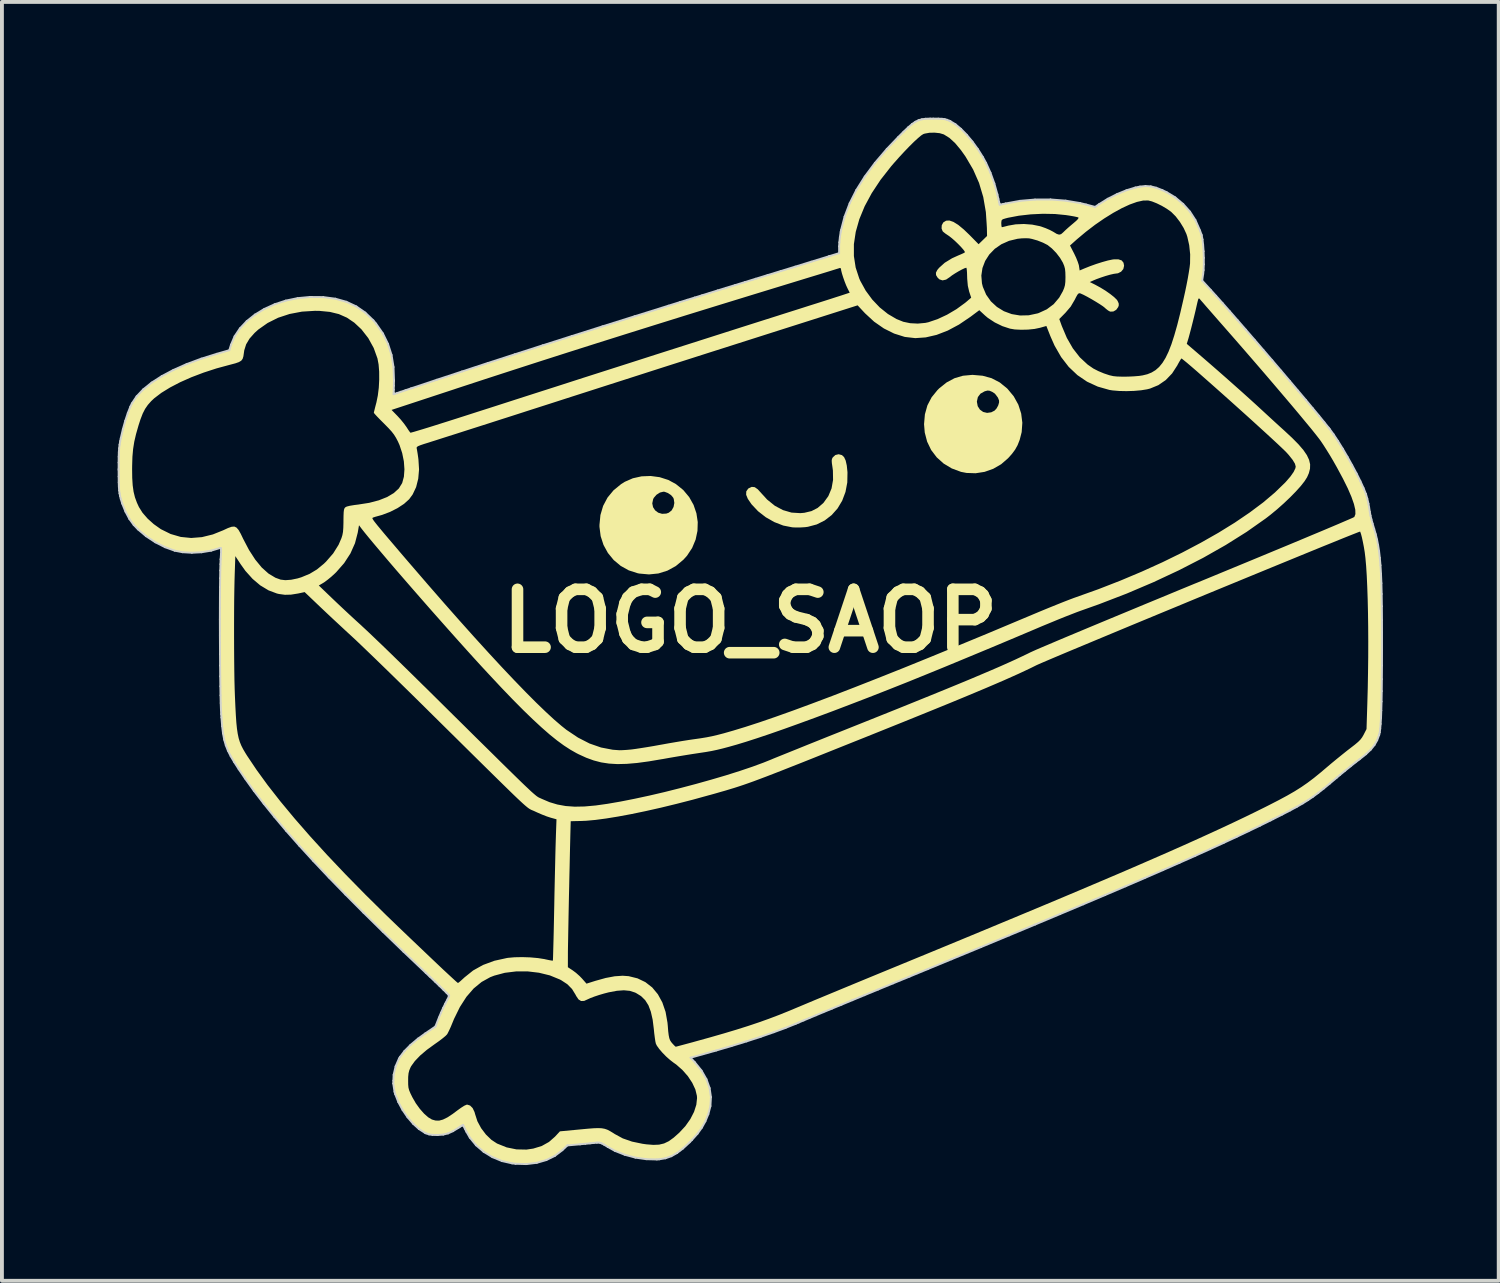
<source format=kicad_pcb>
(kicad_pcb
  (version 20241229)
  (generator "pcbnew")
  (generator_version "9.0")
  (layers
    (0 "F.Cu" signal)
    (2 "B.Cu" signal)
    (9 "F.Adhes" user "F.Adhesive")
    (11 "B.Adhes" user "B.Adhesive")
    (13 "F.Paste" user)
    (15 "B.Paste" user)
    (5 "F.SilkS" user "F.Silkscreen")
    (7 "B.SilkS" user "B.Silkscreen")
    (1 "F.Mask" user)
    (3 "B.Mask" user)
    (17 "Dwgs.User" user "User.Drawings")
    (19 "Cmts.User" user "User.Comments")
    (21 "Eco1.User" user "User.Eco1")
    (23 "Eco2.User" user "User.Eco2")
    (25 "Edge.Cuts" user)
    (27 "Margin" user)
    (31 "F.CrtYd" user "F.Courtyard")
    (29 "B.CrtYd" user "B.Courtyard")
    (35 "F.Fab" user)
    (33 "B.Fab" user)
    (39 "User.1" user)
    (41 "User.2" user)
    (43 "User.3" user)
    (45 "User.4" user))
  (footprint "LOGO_SAOP"
    (layer "F.Cu")
    (at 16.402 13.05)
    (property "Reference" "LOGO_SAOP" (at 0 0 0) (layer "F.SilkS") (effects (font (size 1.5 1.5) (thickness 0.3))))
    (attr exclude_from_pos_files exclude_from_bom)
    (fp_poly (pts (xy 2.376 -4.301) (xy 2.431 -4.249) (xy 2.472 -4.16) (xy 2.501 -4.031) (xy 2.519 -3.856) (xy 2.519 -3.854) (xy 2.514 -3.592) (xy 2.467 -3.346) (xy 2.382 -3.12) (xy 2.262 -2.919) (xy 2.109 -2.747) (xy 1.928 -2.607) (xy 1.722 -2.504) (xy 1.493 -2.443) (xy 1.419 -2.433) (xy 1.301 -2.426) (xy 1.176 -2.425) (xy 1.089 -2.429) (xy 0.854 -2.475) (xy 0.622 -2.565) (xy 0.4 -2.691) (xy 0.2 -2.847) (xy 0.031 -3.027) (xy -0.065 -3.168) (xy -0.108 -3.273) (xy -0.105 -3.361) (xy -0.056 -3.431) (xy -0.042 -3.441) (xy 0.038 -3.478) (xy 0.115 -3.47) (xy 0.193 -3.415) (xy 0.243 -3.36) (xy 0.436 -3.149) (xy 0.637 -2.987) (xy 0.848 -2.875) (xy 1.068 -2.811) (xy 1.296 -2.797) (xy 1.401 -2.806) (xy 1.586 -2.85) (xy 1.744 -2.931) (xy 1.887 -3.054) (xy 1.9 -3.068) (xy 2.024 -3.241) (xy 2.106 -3.438) (xy 2.145 -3.659) (xy 2.141 -3.902) (xy 2.129 -3.992) (xy 2.114 -4.093) (xy 2.11 -4.158) (xy 2.117 -4.203) (xy 2.137 -4.241) (xy 2.138 -4.243) (xy 2.205 -4.304) (xy 2.29 -4.324)) (stroke (width 0) (type solid)) (fill yes) (layer "F.SilkS"))
    (fp_poly (pts (xy -2.35 -3.729) (xy -2.126 -3.657) (xy -1.93 -3.551) (xy -1.738 -3.396) (xy -1.585 -3.213) (xy -1.471 -3.01) (xy -1.397 -2.792) (xy -1.363 -2.566) (xy -1.37 -2.337) (xy -1.418 -2.111) (xy -1.508 -1.895) (xy -1.641 -1.693) (xy -1.734 -1.59) (xy -1.932 -1.425) (xy -2.149 -1.306) (xy -2.382 -1.233) (xy -2.627 -1.208) (xy -2.881 -1.231) (xy -2.921 -1.239) (xy -3.153 -1.314) (xy -3.361 -1.43) (xy -3.542 -1.581) (xy -3.692 -1.764) (xy -3.806 -1.972) (xy -3.88 -2.2) (xy -3.911 -2.444) (xy -3.911 -2.49) (xy -3.886 -2.748) (xy -3.816 -2.985) (xy -3.781 -3.051) (xy -2.542 -3.051) (xy -2.522 -2.952) (xy -2.468 -2.869) (xy -2.388 -2.809) (xy -2.288 -2.779) (xy -2.178 -2.785) (xy -2.116 -2.807) (xy -2.04 -2.867) (xy -1.99 -2.957) (xy -1.97 -3.061) (xy -1.985 -3.165) (xy -2.001 -3.201) (xy -2.055 -3.264) (xy -2.136 -3.318) (xy -2.221 -3.35) (xy -2.252 -3.353) (xy -2.343 -3.331) (xy -2.432 -3.274) (xy -2.501 -3.195) (xy -2.519 -3.16) (xy -2.542 -3.051) (xy -3.781 -3.051) (xy -3.702 -3.2) (xy -3.546 -3.389) (xy -3.348 -3.551) (xy -3.253 -3.61) (xy -3.045 -3.701) (xy -2.819 -3.751) (xy -2.584 -3.76)) (stroke (width 0) (type solid)) (fill yes) (layer "F.SilkS"))
    (fp_poly (pts (xy 6.023 -6.359) (xy 6.255 -6.295) (xy 6.465 -6.186) (xy 6.655 -6.032) (xy 6.669 -6.018) (xy 6.829 -5.825) (xy 6.948 -5.61) (xy 7.022 -5.379) (xy 7.052 -5.14) (xy 7.035 -4.898) (xy 6.983 -4.696) (xy 6.929 -4.559) (xy 6.864 -4.442) (xy 6.778 -4.327) (xy 6.683 -4.221) (xy 6.503 -4.065) (xy 6.297 -3.946) (xy 6.073 -3.867) (xy 5.84 -3.831) (xy 5.605 -3.839) (xy 5.462 -3.867) (xy 5.222 -3.956) (xy 5.011 -4.083) (xy 4.832 -4.244) (xy 4.688 -4.434) (xy 4.584 -4.65) (xy 4.522 -4.887) (xy 4.504 -5.103) (xy 4.526 -5.359) (xy 4.591 -5.591) (xy 4.64 -5.685) (xy 5.874 -5.685) (xy 5.895 -5.57) (xy 5.953 -5.48) (xy 6.037 -5.42) (xy 6.138 -5.396) (xy 6.246 -5.411) (xy 6.331 -5.454) (xy 6.38 -5.506) (xy 6.422 -5.58) (xy 6.429 -5.597) (xy 6.449 -5.667) (xy 6.448 -5.719) (xy 6.422 -5.784) (xy 6.417 -5.795) (xy 6.342 -5.894) (xy 6.271 -5.941) (xy 6.203 -5.97) (xy 6.15 -5.975) (xy 6.085 -5.958) (xy 6.073 -5.954) (xy 5.966 -5.894) (xy 5.899 -5.805) (xy 5.874 -5.692) (xy 5.874 -5.685) (xy 4.64 -5.685) (xy 4.7 -5.8) (xy 4.854 -5.99) (xy 4.897 -6.032) (xy 5.091 -6.187) (xy 5.294 -6.295) (xy 5.512 -6.359) (xy 5.751 -6.381) (xy 5.766 -6.381)) (stroke (width 0) (type solid)) (fill yes) (layer "F.SilkS"))
    (fp_poly (pts (xy 4.874 -13.024) (xy 4.969 -13.02) (xy 5.04 -13.011) (xy 5.101 -12.994) (xy 5.165 -12.968) (xy 5.189 -12.956) (xy 5.32 -12.877) (xy 5.462 -12.758) (xy 5.61 -12.606) (xy 5.758 -12.429) (xy 5.9 -12.233) (xy 6.03 -12.026) (xy 6.112 -11.875) (xy 6.226 -11.622) (xy 6.326 -11.345) (xy 6.402 -11.071) (xy 6.407 -11.048) (xy 6.431 -10.944) (xy 6.45 -10.86) (xy 6.463 -10.807) (xy 6.467 -10.794) (xy 6.49 -10.797) (xy 6.549 -10.809) (xy 6.619 -10.825) (xy 6.99 -10.893) (xy 7.382 -10.927) (xy 7.782 -10.929) (xy 8.176 -10.898) (xy 8.552 -10.835) (xy 8.704 -10.798) (xy 8.937 -10.736) (xy 9.042 -10.807) (xy 9.266 -10.946) (xy 9.507 -11.068) (xy 9.75 -11.167) (xy 9.981 -11.238) (xy 10.103 -11.263) (xy 10.245 -11.277) (xy 10.381 -11.268) (xy 10.523 -11.233) (xy 10.685 -11.169) (xy 10.794 -11.117) (xy 11.018 -10.981) (xy 11.223 -10.809) (xy 11.4 -10.611) (xy 11.538 -10.397) (xy 11.557 -10.36) (xy 11.61 -10.245) (xy 11.658 -10.125) (xy 11.695 -10.022) (xy 11.702 -9.997) (xy 11.723 -9.892) (xy 11.739 -9.75) (xy 11.751 -9.586) (xy 11.757 -9.414) (xy 11.757 -9.247) (xy 11.751 -9.099) (xy 11.74 -8.998) (xy 11.714 -8.826) (xy 11.934 -8.586) (xy 12.076 -8.429) (xy 12.242 -8.243) (xy 12.428 -8.032) (xy 12.631 -7.8) (xy 12.846 -7.553) (xy 13.071 -7.293) (xy 13.301 -7.026) (xy 13.533 -6.756) (xy 13.762 -6.488) (xy 13.985 -6.225) (xy 14.199 -5.972) (xy 14.4 -5.734) (xy 14.583 -5.514) (xy 14.746 -5.318) (xy 14.883 -5.149) (xy 14.993 -5.012) (xy 15.018 -4.98) (xy 15.121 -4.839) (xy 15.236 -4.665) (xy 15.358 -4.468) (xy 15.482 -4.256) (xy 15.603 -4.039) (xy 15.717 -3.825) (xy 15.817 -3.624) (xy 15.899 -3.445) (xy 15.958 -3.297) (xy 15.963 -3.284) (xy 15.995 -3.172) (xy 16.025 -3.042) (xy 16.042 -2.946) (xy 16.06 -2.832) (xy 16.078 -2.734) (xy 16.101 -2.638) (xy 16.132 -2.527) (xy 16.174 -2.387) (xy 16.213 -2.251) (xy 16.247 -2.113) (xy 16.275 -1.968) (xy 16.3 -1.811) (xy 16.32 -1.638) (xy 16.337 -1.445) (xy 16.35 -1.228) (xy 16.361 -0.981) (xy 16.368 -0.701) (xy 16.373 -0.383) (xy 16.376 -0.022) (xy 16.377 0.3) (xy 16.377 0.749) (xy 16.376 1.15) (xy 16.373 1.506) (xy 16.37 1.817) (xy 16.365 2.087) (xy 16.358 2.318) (xy 16.351 2.51) (xy 16.341 2.668) (xy 16.33 2.792) (xy 16.318 2.886) (xy 16.303 2.95) (xy 16.303 2.951) (xy 16.251 3.09) (xy 16.181 3.214) (xy 16.086 3.332) (xy 15.96 3.452) (xy 15.796 3.583) (xy 15.692 3.662) (xy 15.563 3.765) (xy 15.422 3.879) (xy 15.281 3.995) (xy 15.202 4.062) (xy 15.023 4.213) (xy 14.867 4.341) (xy 14.726 4.452) (xy 14.593 4.551) (xy 14.461 4.641) (xy 14.322 4.728) (xy 14.169 4.816) (xy 13.995 4.91) (xy 13.792 5.015) (xy 13.553 5.136) (xy 13.488 5.169) (xy 13.213 5.305) (xy 12.92 5.446) (xy 12.608 5.595) (xy 12.274 5.75) (xy 11.918 5.914) (xy 11.536 6.086) (xy 11.128 6.267) (xy 10.692 6.459) (xy 10.226 6.662) (xy 9.728 6.877) (xy 9.197 7.104) (xy 8.631 7.344) (xy 8.028 7.598) (xy 7.387 7.867) (xy 6.706 8.151) (xy 5.982 8.452) (xy 5.215 8.769) (xy 4.605 9.021) (xy 4.13 9.217) (xy 3.699 9.394) (xy 3.309 9.555) (xy 2.958 9.7) (xy 2.644 9.83) (xy 2.364 9.946) (xy 2.115 10.049) (xy 1.895 10.14) (xy 1.701 10.221) (xy 1.532 10.292) (xy 1.384 10.354) (xy 1.255 10.408) (xy 1.178 10.441) (xy 0.915 10.547) (xy 0.61 10.66) (xy 0.271 10.778) (xy -0.097 10.898) (xy -0.485 11.017) (xy -0.887 11.135) (xy -0.943 11.151) (xy -1.549 11.321) (xy -1.438 11.44) (xy -1.265 11.655) (xy -1.137 11.879) (xy -1.055 12.109) (xy -1.021 12.342) (xy -1.034 12.575) (xy -1.088 12.783) (xy -1.165 12.969) (xy -1.256 13.134) (xy -1.369 13.291) (xy -1.514 13.454) (xy -1.574 13.515) (xy -1.744 13.673) (xy -1.899 13.791) (xy -2.048 13.875) (xy -2.199 13.928) (xy -2.363 13.955) (xy -2.423 13.959) (xy -2.698 13.952) (xy -2.98 13.911) (xy -3.256 13.837) (xy -3.512 13.736) (xy -3.693 13.636) (xy -3.791 13.576) (xy -3.86 13.54) (xy -3.914 13.523) (xy -3.964 13.521) (xy -3.991 13.523) (xy -4.055 13.53) (xy -4.155 13.541) (xy -4.278 13.553) (xy -4.41 13.565) (xy -4.417 13.566) (xy -4.742 13.595) (xy -4.873 13.718) (xy -5.066 13.865) (xy -5.288 13.974) (xy -5.536 14.046) (xy -5.804 14.079) (xy -6.087 14.071) (xy -6.176 14.06) (xy -6.44 14) (xy -6.688 13.898) (xy -6.914 13.76) (xy -7.11 13.591) (xy -7.272 13.393) (xy -7.359 13.242) (xy -7.4 13.161) (xy -7.431 13.099) (xy -7.446 13.069) (xy -7.447 13.068) (xy -7.468 13.077) (xy -7.518 13.106) (xy -7.565 13.137) (xy -7.709 13.226) (xy -7.835 13.283) (xy -7.961 13.314) (xy -8.102 13.325) (xy -8.12 13.325) (xy -8.24 13.322) (xy -8.329 13.309) (xy -8.407 13.282) (xy -8.439 13.267) (xy -8.591 13.17) (xy -8.742 13.033) (xy -8.886 12.865) (xy -9.016 12.675) (xy -9.125 12.472) (xy -9.206 12.266) (xy -9.224 12.204) (xy -9.257 11.989) (xy -9.254 11.915) (xy -8.871 11.915) (xy -8.87 12.019) (xy -8.863 12.096) (xy -8.845 12.165) (xy -8.813 12.242) (xy -8.762 12.346) (xy -8.673 12.501) (xy -8.569 12.645) (xy -8.46 12.769) (xy -8.352 12.865) (xy -8.254 12.924) (xy -8.253 12.924) (xy -8.161 12.95) (xy -8.068 12.952) (xy -7.968 12.925) (xy -7.854 12.869) (xy -7.718 12.78) (xy -7.598 12.69) (xy -7.498 12.618) (xy -7.414 12.565) (xy -7.354 12.539) (xy -7.34 12.537) (xy -7.265 12.561) (xy -7.199 12.627) (xy -7.15 12.729) (xy -7.134 12.787) (xy -7.075 12.969) (xy -6.978 13.149) (xy -6.854 13.313) (xy -6.711 13.451) (xy -6.566 13.546) (xy -6.317 13.646) (xy -6.061 13.698) (xy -5.803 13.703) (xy -5.627 13.677) (xy -5.408 13.61) (xy -5.22 13.505) (xy -5.064 13.368) (xy -4.936 13.23) (xy -4.409 13.18) (xy -4.216 13.162) (xy -4.065 13.15) (xy -3.947 13.146) (xy -3.853 13.15) (xy -3.776 13.164) (xy -3.706 13.188) (xy -3.635 13.225) (xy -3.554 13.274) (xy -3.514 13.3) (xy -3.306 13.413) (xy -3.067 13.496) (xy -2.793 13.553) (xy -2.691 13.567) (xy -2.514 13.581) (xy -2.366 13.575) (xy -2.236 13.544) (xy -2.113 13.485) (xy -1.986 13.393) (xy -1.842 13.265) (xy -1.684 13.095) (xy -1.555 12.912) (xy -1.459 12.725) (xy -1.4 12.541) (xy -1.381 12.369) (xy -1.385 12.309) (xy -1.425 12.144) (xy -1.506 11.971) (xy -1.62 11.799) (xy -1.761 11.639) (xy -1.921 11.498) (xy -1.987 11.452) (xy -2.081 11.38) (xy -2.182 11.29) (xy -2.279 11.191) (xy -2.362 11.094) (xy -2.423 11.009) (xy -2.449 10.956) (xy -2.462 10.898) (xy -2.476 10.803) (xy -2.491 10.687) (xy -2.501 10.584) (xy -2.532 10.335) (xy -2.579 10.129) (xy -2.642 9.962) (xy -2.726 9.829) (xy -2.833 9.724) (xy -2.964 9.643) (xy -2.99 9.631) (xy -3.123 9.588) (xy -3.277 9.573) (xy -3.458 9.586) (xy -3.671 9.626) (xy -3.791 9.657) (xy -3.92 9.695) (xy -4.043 9.736) (xy -4.146 9.775) (xy -4.209 9.804) (xy -4.309 9.849) (xy -4.388 9.851) (xy -4.454 9.81) (xy -4.514 9.722) (xy -4.529 9.692) (xy -4.622 9.54) (xy -4.744 9.416) (xy -4.904 9.311) (xy -4.941 9.292) (xy -5.197 9.187) (xy -5.479 9.118) (xy -5.774 9.083) (xy -6.073 9.084) (xy -6.365 9.12) (xy -6.638 9.193) (xy -6.742 9.233) (xy -6.966 9.357) (xy -7.172 9.526) (xy -7.36 9.743) (xy -7.529 10.006) (xy -7.681 10.315) (xy -7.72 10.41) (xy -7.765 10.519) (xy -7.81 10.617) (xy -7.847 10.691) (xy -7.863 10.717) (xy -7.902 10.757) (xy -7.973 10.816) (xy -8.066 10.887) (xy -8.172 10.962) (xy -8.178 10.966) (xy -8.386 11.117) (xy -8.56 11.265) (xy -8.696 11.407) (xy -8.791 11.538) (xy -8.81 11.574) (xy -8.842 11.65) (xy -8.861 11.726) (xy -8.87 11.819) (xy -8.871 11.915) (xy -9.254 11.915) (xy -9.247 11.765) (xy -9.196 11.545) (xy -9.108 11.342) (xy -9.081 11.299) (xy -8.967 11.149) (xy -8.81 10.99) (xy -8.616 10.827) (xy -8.43 10.693) (xy -8.164 10.512) (xy -8.072 10.28) (xy -8.02 10.157) (xy -7.963 10.03) (xy -7.91 9.922) (xy -7.893 9.89) (xy -7.851 9.81) (xy -7.821 9.747) (xy -7.808 9.713) (xy -7.808 9.712) (xy -7.825 9.691) (xy -7.875 9.639) (xy -7.953 9.562) (xy -8.055 9.463) (xy -8.176 9.346) (xy -8.313 9.216) (xy -8.415 9.119) (xy -8.992 8.571) (xy -9.53 8.051) (xy -10.031 7.558) (xy -10.497 7.09) (xy -10.928 6.647) (xy -11.326 6.225) (xy -11.692 5.825) (xy -12.029 5.444) (xy -12.336 5.08) (xy -12.616 4.733) (xy -12.871 4.4) (xy -13.1 4.081) (xy -13.263 3.841) (xy -13.378 3.661) (xy -13.471 3.504) (xy -13.543 3.362) (xy -13.598 3.222) (xy -13.639 3.077) (xy -13.67 2.915) (xy -13.693 2.727) (xy -13.711 2.503) (xy -13.718 2.412) (xy -13.724 2.291) (xy -13.73 2.127) (xy -13.735 1.926) (xy -13.739 1.692) (xy -13.743 1.433) (xy -13.746 1.154) (xy -13.748 0.861) (xy -13.75 0.559) (xy -13.751 0.384) (xy -13.384 0.384) (xy -13.383 0.697) (xy -13.381 1.001) (xy -13.378 1.286) (xy -13.374 1.545) (xy -13.368 1.769) (xy -13.362 1.939) (xy -13.35 2.212) (xy -13.338 2.44) (xy -13.325 2.631) (xy -13.309 2.789) (xy -13.289 2.923) (xy -13.265 3.036) (xy -13.234 3.137) (xy -13.196 3.23) (xy -13.149 3.322) (xy -13.092 3.419) (xy -13.047 3.491) (xy -12.799 3.861) (xy -12.511 4.257) (xy -12.182 4.677) (xy -11.815 5.119) (xy -11.41 5.583) (xy -10.968 6.068) (xy -10.492 6.57) (xy -9.981 7.091) (xy -9.438 7.627) (xy -9.132 7.922) (xy -8.828 8.213) (xy -8.559 8.469) (xy -8.325 8.692) (xy -8.124 8.883) (xy -7.956 9.042) (xy -7.819 9.169) (xy -7.714 9.266) (xy -7.64 9.334) (xy -7.595 9.373) (xy -7.579 9.383) (xy -7.554 9.368) (xy -7.504 9.325) (xy -7.436 9.263) (xy -7.41 9.239) (xy -7.187 9.06) (xy -7.035 8.975) (xy -4.73 8.975) (xy -4.605 9.057) (xy -4.519 9.121) (xy -4.426 9.204) (xy -4.363 9.269) (xy -4.247 9.401) (xy -4.019 9.329) (xy -3.75 9.254) (xy -3.516 9.21) (xy -3.31 9.196) (xy -3.154 9.207) (xy -2.924 9.264) (xy -2.72 9.362) (xy -2.543 9.5) (xy -2.397 9.676) (xy -2.281 9.888) (xy -2.197 10.133) (xy -2.148 10.41) (xy -2.14 10.491) (xy -2.129 10.635) (xy -2.116 10.738) (xy -2.101 10.813) (xy -2.081 10.868) (xy -2.052 10.914) (xy -2.023 10.949) (xy -1.975 11.001) (xy -1.941 11.032) (xy -1.933 11.036) (xy -1.906 11.03) (xy -1.839 11.012) (xy -1.738 10.985) (xy -1.612 10.951) (xy -1.468 10.912) (xy -1.454 10.908) (xy -1.05 10.796) (xy -0.688 10.692) (xy -0.361 10.594) (xy -0.06 10.499) (xy 0.22 10.405) (xy 0.486 10.31) (xy 0.747 10.211) (xy 1.01 10.105) (xy 1.229 10.013) (xy 1.344 9.965) (xy 1.501 9.899) (xy 1.694 9.818) (xy 1.919 9.725) (xy 2.172 9.62) (xy 2.447 9.506) (xy 2.739 9.385) (xy 3.044 9.259) (xy 3.357 9.13) (xy 3.673 9) (xy 3.804 8.946) (xy 4.606 8.616) (xy 5.362 8.304) (xy 6.076 8.008) (xy 6.749 7.728) (xy 7.383 7.464) (xy 7.978 7.215) (xy 8.538 6.979) (xy 9.063 6.756) (xy 9.557 6.546) (xy 10.019 6.347) (xy 10.453 6.158) (xy 10.86 5.98) (xy 11.241 5.811) (xy 11.599 5.65) (xy 11.935 5.497) (xy 12.252 5.351) (xy 12.55 5.211) (xy 12.831 5.077) (xy 13.098 4.947) (xy 13.352 4.821) (xy 13.447 4.773) (xy 13.702 4.642) (xy 13.921 4.524) (xy 14.112 4.414) (xy 14.285 4.305) (xy 14.448 4.192) (xy 14.611 4.069) (xy 14.783 3.929) (xy 14.913 3.819) (xy 15.052 3.701) (xy 15.201 3.578) (xy 15.347 3.46) (xy 15.477 3.356) (xy 15.558 3.294) (xy 15.674 3.204) (xy 15.757 3.134) (xy 15.816 3.075) (xy 15.86 3.017) (xy 15.898 2.952) (xy 15.901 2.946) (xy 15.975 2.801) (xy 15.996 2.133) (xy 16.007 1.732) (xy 16.014 1.328) (xy 16.019 0.927) (xy 16.02 0.531) (xy 16.018 0.148) (xy 16.013 -0.219) (xy 16.005 -0.565) (xy 15.994 -0.885) (xy 15.981 -1.174) (xy 15.965 -1.426) (xy 15.946 -1.638) (xy 15.928 -1.786) (xy 15.906 -1.92) (xy 15.881 -2.049) (xy 15.856 -2.164) (xy 15.833 -2.253) (xy 15.814 -2.308) (xy 15.808 -2.318) (xy 15.783 -2.311) (xy 15.716 -2.285) (xy 15.607 -2.242) (xy 15.461 -2.184) (xy 15.28 -2.111) (xy 15.067 -2.024) (xy 14.824 -1.926) (xy 14.555 -1.816) (xy 14.262 -1.696) (xy 13.948 -1.567) (xy 13.616 -1.431) (xy 13.268 -1.288) (xy 12.908 -1.14) (xy 12.539 -0.988) (xy 12.162 -0.833) (xy 11.781 -0.676) (xy 11.399 -0.518) (xy 11.019 -0.36) (xy 10.643 -0.205) (xy 10.274 -0.052) (xy 9.914 0.097) (xy 9.568 0.241) (xy 9.237 0.379) (xy 8.925 0.509) (xy 8.633 0.631) (xy 8.366 0.742) (xy 8.125 0.843) (xy 7.914 0.932) (xy 7.735 1.008) (xy 7.592 1.069) (xy 7.486 1.115) (xy 7.421 1.144) (xy 7.409 1.15) (xy 7.27 1.219) (xy 7.118 1.291) (xy 6.953 1.368) (xy 6.77 1.45) (xy 6.568 1.54) (xy 6.345 1.636) (xy 6.097 1.742) (xy 5.823 1.857) (xy 5.521 1.983) (xy 5.187 2.121) (xy 4.819 2.271) (xy 4.415 2.435) (xy 3.973 2.614) (xy 3.49 2.808) (xy 2.963 3.02) (xy 2.74 3.109) (xy 2.32 3.277) (xy 1.943 3.428) (xy 1.606 3.563) (xy 1.305 3.683) (xy 1.038 3.788) (xy 0.8 3.882) (xy 0.59 3.964) (xy 0.403 4.036) (xy 0.236 4.099) (xy 0.086 4.155) (xy -0.051 4.204) (xy -0.177 4.248) (xy -0.297 4.288) (xy -0.412 4.325) (xy -0.528 4.36) (xy -0.646 4.396) (xy -0.77 4.431) (xy -0.904 4.47) (xy -1.051 4.511) (xy -1.064 4.514) (xy -1.492 4.632) (xy -1.912 4.74) (xy -2.319 4.839) (xy -2.71 4.927) (xy -3.079 5.004) (xy -3.423 5.068) (xy -3.735 5.119) (xy -4.013 5.156) (xy -4.251 5.178) (xy -4.387 5.184) (xy -4.496 5.186) (xy -4.584 5.188) (xy -4.64 5.19) (xy -4.656 5.19) (xy -4.657 5.216) (xy -4.659 5.287) (xy -4.662 5.398) (xy -4.666 5.545) (xy -4.67 5.721) (xy -4.675 5.923) (xy -4.68 6.145) (xy -4.685 6.382) (xy -4.691 6.629) (xy -4.696 6.883) (xy -4.702 7.136) (xy -4.707 7.385) (xy -4.712 7.624) (xy -4.716 7.849) (xy -4.72 8.055) (xy -4.723 8.236) (xy -4.726 8.388) (xy -4.728 8.506) (xy -4.729 8.584) (xy -4.729 8.598) (xy -4.73 8.975) (xy -7.035 8.975) (xy -6.928 8.916) (xy -6.636 8.808) (xy -6.313 8.737) (xy -6.284 8.732) (xy -6.113 8.717) (xy -5.914 8.713) (xy -5.706 8.72) (xy -5.506 8.738) (xy -5.334 8.765) (xy -5.31 8.771) (xy -5.221 8.79) (xy -5.154 8.802) (xy -5.12 8.805) (xy -5.119 8.805) (xy -5.117 8.779) (xy -5.114 8.707) (xy -5.111 8.595) (xy -5.107 8.446) (xy -5.102 8.265) (xy -5.097 8.056) (xy -5.092 7.824) (xy -5.087 7.574) (xy -5.083 7.382) (xy -5.078 7.105) (xy -5.072 6.831) (xy -5.066 6.565) (xy -5.06 6.315) (xy -5.055 6.086) (xy -5.05 5.886) (xy -5.045 5.72) (xy -5.041 5.595) (xy -5.04 5.554) (xy -5.025 5.14) (xy -5.184 5.096) (xy -5.278 5.065) (xy -5.396 5.019) (xy -5.521 4.965) (xy -5.58 4.938) (xy -5.612 4.923) (xy -5.639 4.912) (xy -5.663 4.902) (xy -5.685 4.892) (xy -5.708 4.88) (xy -5.734 4.864) (xy -5.764 4.843) (xy -5.8 4.814) (xy -5.844 4.777) (xy -5.897 4.73) (xy -5.962 4.67) (xy -6.041 4.596) (xy -6.134 4.507) (xy -6.244 4.4) (xy -6.373 4.274) (xy -6.523 4.127) (xy -6.695 3.958) (xy -6.891 3.765) (xy -7.113 3.546) (xy -7.363 3.299) (xy -7.642 3.023) (xy -7.953 2.716) (xy -8.297 2.376) (xy -8.433 2.241) (xy -8.67 2.007) (xy -8.906 1.775) (xy -9.138 1.548) (xy -9.362 1.329) (xy -9.574 1.123) (xy -9.77 0.933) (xy -9.947 0.763) (xy -10.1 0.616) (xy -10.225 0.497) (xy -10.32 0.409) (xy -10.326 0.403) (xy -10.483 0.259) (xy -10.656 0.098) (xy -10.833 -0.066) (xy -11 -0.223) (xy -11.145 -0.36) (xy -11.167 -0.381) (xy -11.554 -0.75) (xy -11.726 -0.713) (xy -11.908 -0.684) (xy -12.066 -0.68) (xy -12.22 -0.701) (xy -12.274 -0.714) (xy -12.49 -0.795) (xy -12.699 -0.921) (xy -11.187 -0.921) (xy -10.842 -0.59) (xy -10.713 -0.467) (xy -10.559 -0.322) (xy -10.393 -0.167) (xy -10.228 -0.015) (xy -10.076 0.123) (xy -10.073 0.127) (xy -9.98 0.213) (xy -9.855 0.33) (xy -9.705 0.474) (xy -9.531 0.64) (xy -9.34 0.825) (xy -9.136 1.024) (xy -8.922 1.233) (xy -8.703 1.448) (xy -8.484 1.664) (xy -8.433 1.713) (xy -8.061 2.081) (xy -7.723 2.416) (xy -7.417 2.718) (xy -7.142 2.991) (xy -6.895 3.234) (xy -6.675 3.451) (xy -6.481 3.643) (xy -6.31 3.811) (xy -6.161 3.957) (xy -6.033 4.082) (xy -5.923 4.189) (xy -5.83 4.278) (xy -5.751 4.352) (xy -5.687 4.413) (xy -5.633 4.461) (xy -5.59 4.498) (xy -5.555 4.527) (xy -5.527 4.548) (xy -5.503 4.564) (xy -5.482 4.576) (xy -5.463 4.585) (xy -5.444 4.593) (xy -5.422 4.603) (xy -5.405 4.611) (xy -5.206 4.696) (xy -5.002 4.757) (xy -4.788 4.796) (xy -4.555 4.813) (xy -4.298 4.808) (xy -4.008 4.782) (xy -3.704 4.739) (xy -3.368 4.681) (xy -3.004 4.609) (xy -2.619 4.526) (xy -2.22 4.433) (xy -1.815 4.331) (xy -1.411 4.224) (xy -1.015 4.113) (xy -0.634 4.001) (xy -0.276 3.888) (xy 0.053 3.777) (xy 0.344 3.67) (xy 0.538 3.592) (xy 0.604 3.564) (xy 0.712 3.52) (xy 0.859 3.461) (xy 1.04 3.388) (xy 1.251 3.303) (xy 1.488 3.207) (xy 1.748 3.103) (xy 2.026 2.991) (xy 2.318 2.875) (xy 2.62 2.754) (xy 2.778 2.691) (xy 3.318 2.475) (xy 3.815 2.276) (xy 4.27 2.092) (xy 4.685 1.924) (xy 5.063 1.77) (xy 5.406 1.629) (xy 5.717 1.5) (xy 5.998 1.381) (xy 6.252 1.273) (xy 6.481 1.174) (xy 6.687 1.082) (xy 6.872 0.998) (xy 7.04 0.919) (xy 7.193 0.846) (xy 7.257 0.814) (xy 7.314 0.788) (xy 7.414 0.743) (xy 7.556 0.682) (xy 7.736 0.606) (xy 7.952 0.514) (xy 8.201 0.409) (xy 8.481 0.292) (xy 8.789 0.163) (xy 9.123 0.024) (xy 9.479 -0.124) (xy 9.856 -0.28) (xy 10.25 -0.444) (xy 10.66 -0.613) (xy 11.082 -0.788) (xy 11.514 -0.966) (xy 11.599 -1) (xy 12.028 -1.177) (xy 12.444 -1.349) (xy 12.846 -1.515) (xy 13.23 -1.674) (xy 13.596 -1.826) (xy 13.939 -1.968) (xy 14.258 -2.101) (xy 14.551 -2.224) (xy 14.815 -2.334) (xy 15.047 -2.432) (xy 15.246 -2.516) (xy 15.408 -2.586) (xy 15.532 -2.639) (xy 15.616 -2.676) (xy 15.656 -2.696) (xy 15.659 -2.698) (xy 15.687 -2.772) (xy 15.684 -2.884) (xy 15.649 -3.033) (xy 15.584 -3.219) (xy 15.489 -3.439) (xy 15.363 -3.693) (xy 15.208 -3.981) (xy 15.117 -4.142) (xy 15.033 -4.285) (xy 14.945 -4.427) (xy 14.863 -4.556) (xy 14.792 -4.662) (xy 14.752 -4.717) (xy 14.661 -4.834) (xy 14.539 -4.986) (xy 14.389 -5.167) (xy 14.216 -5.376) (xy 14.021 -5.608) (xy 13.807 -5.86) (xy 13.578 -6.129) (xy 13.337 -6.411) (xy 13.086 -6.702) (xy 12.828 -7) (xy 12.567 -7.3) (xy 12.305 -7.599) (xy 12.3 -7.605) (xy 12.161 -7.763) (xy 12.031 -7.912) (xy 11.914 -8.046) (xy 11.814 -8.16) (xy 11.736 -8.251) (xy 11.682 -8.312) (xy 11.659 -8.34) (xy 11.638 -8.362) (xy 11.623 -8.362) (xy 11.609 -8.333) (xy 11.592 -8.267) (xy 11.575 -8.193) (xy 11.545 -8.06) (xy 11.508 -7.906) (xy 11.468 -7.744) (xy 11.428 -7.586) (xy 11.391 -7.446) (xy 11.361 -7.336) (xy 11.351 -7.303) (xy 11.315 -7.186) (xy 11.732 -6.828) (xy 11.917 -6.668) (xy 12.119 -6.492) (xy 12.331 -6.306) (xy 12.543 -6.118) (xy 12.75 -5.934) (xy 12.942 -5.761) (xy 13.113 -5.606) (xy 13.253 -5.477) (xy 13.263 -5.468) (xy 13.354 -5.384) (xy 13.47 -5.277) (xy 13.602 -5.156) (xy 13.738 -5.032) (xy 13.843 -4.937) (xy 14.047 -4.747) (xy 14.211 -4.581) (xy 14.338 -4.433) (xy 14.429 -4.3) (xy 14.486 -4.178) (xy 14.513 -4.062) (xy 14.51 -3.949) (xy 14.48 -3.832) (xy 14.433 -3.726) (xy 14.369 -3.625) (xy 14.271 -3.5) (xy 14.144 -3.359) (xy 13.996 -3.208) (xy 13.832 -3.052) (xy 13.659 -2.898) (xy 13.482 -2.752) (xy 13.363 -2.66) (xy 12.867 -2.311) (xy 12.324 -1.97) (xy 11.739 -1.638) (xy 11.114 -1.317) (xy 10.454 -1.008) (xy 9.761 -0.713) (xy 9.039 -0.435) (xy 8.558 -0.264) (xy 8.46 -0.228) (xy 8.324 -0.175) (xy 8.157 -0.11) (xy 7.969 -0.034) (xy 7.766 0.05) (xy 7.557 0.136) (xy 7.407 0.2) (xy 6.842 0.439) (xy 6.249 0.688) (xy 5.645 0.939) (xy 5.049 1.186) (xy 5.042 1.189) (xy 4.547 1.391) (xy 4.051 1.592) (xy 3.557 1.788) (xy 3.07 1.979) (xy 2.594 2.162) (xy 2.132 2.338) (xy 1.689 2.503) (xy 1.268 2.657) (xy 0.873 2.799) (xy 0.509 2.926) (xy 0.179 3.037) (xy -0.113 3.131) (xy -0.353 3.204) (xy -0.551 3.26) (xy -0.716 3.304) (xy -0.861 3.339) (xy -1.001 3.369) (xy -1.149 3.395) (xy -1.321 3.421) (xy -1.38 3.43) (xy -1.519 3.451) (xy -1.692 3.479) (xy -1.886 3.511) (xy -2.085 3.545) (xy -2.275 3.579) (xy -2.29 3.581) (xy -2.633 3.639) (xy -2.936 3.68) (xy -3.204 3.703) (xy -3.445 3.709) (xy -3.663 3.696) (xy -3.867 3.665) (xy -4.062 3.614) (xy -4.254 3.544) (xy -4.451 3.454) (xy -4.508 3.425) (xy -4.666 3.335) (xy -4.834 3.226) (xy -5.013 3.095) (xy -5.205 2.94) (xy -5.412 2.759) (xy -5.638 2.55) (xy -5.884 2.312) (xy -6.153 2.041) (xy -6.446 1.736) (xy -6.766 1.394) (xy -6.969 1.175) (xy -7.161 0.965) (xy -7.368 0.736) (xy -7.588 0.491) (xy -7.817 0.234) (xy -8.052 -0.031) (xy -8.29 -0.3) (xy -8.526 -0.569) (xy -8.759 -0.836) (xy -8.984 -1.095) (xy -9.199 -1.343) (xy -9.399 -1.577) (xy -9.582 -1.793) (xy -9.745 -1.986) (xy -9.884 -2.153) (xy -9.996 -2.29) (xy -10.072 -2.386) (xy -10.145 -2.483) (xy -10.178 -2.29) (xy -10.249 -2.017) (xy -10.367 -1.752) (xy -10.53 -1.501) (xy -10.734 -1.268) (xy -10.77 -1.233) (xy -10.863 -1.148) (xy -10.958 -1.07) (xy -11.04 -1.009) (xy -11.071 -0.989) (xy -11.187 -0.921) (xy -12.699 -0.921) (xy -12.702 -0.922) (xy -12.903 -1.092) (xy -13.09 -1.3) (xy -13.214 -1.474) (xy -13.351 -1.683) (xy -13.366 -1.248) (xy -13.372 -1.046) (xy -13.377 -0.805) (xy -13.381 -0.534) (xy -13.383 -0.24) (xy -13.384 0.069) (xy -13.384 0.384) (xy -13.751 0.384) (xy -13.751 0.254) (xy -13.752 -0.047) (xy -13.751 -0.341) (xy -13.75 -0.619) (xy -13.748 -0.878) (xy -13.745 -1.11) (xy -13.742 -1.311) (xy -13.737 -1.474) (xy -13.732 -1.594) (xy -13.731 -1.611) (xy -13.723 -1.737) (xy -13.72 -1.82) (xy -13.722 -1.869) (xy -13.729 -1.891) (xy -13.743 -1.895) (xy -13.755 -1.891) (xy -13.979 -1.824) (xy -14.226 -1.783) (xy -14.478 -1.77) (xy -14.72 -1.784) (xy -14.922 -1.823) (xy -15.174 -1.914) (xy -15.426 -2.042) (xy -15.665 -2.199) (xy -15.876 -2.377) (xy -15.986 -2.492) (xy -16.098 -2.646) (xy -16.199 -2.836) (xy -16.284 -3.046) (xy -16.321 -3.166) (xy -16.339 -3.238) (xy -16.353 -3.309) (xy -16.363 -3.386) (xy -16.37 -3.479) (xy -16.374 -3.596) (xy -16.376 -3.746) (xy -16.377 -3.916) (xy -16.377 -3.941) (xy -16.027 -3.941) (xy -16.024 -3.709) (xy -16.012 -3.517) (xy -15.989 -3.352) (xy -15.953 -3.206) (xy -15.902 -3.067) (xy -15.85 -2.954) (xy -15.756 -2.805) (xy -15.624 -2.654) (xy -15.466 -2.512) (xy -15.291 -2.388) (xy -15.279 -2.38) (xy -15.028 -2.256) (xy -14.766 -2.18) (xy -14.496 -2.153) (xy -14.217 -2.175) (xy -13.933 -2.245) (xy -13.667 -2.352) (xy -13.542 -2.41) (xy -13.449 -2.443) (xy -13.377 -2.449) (xy -13.32 -2.422) (xy -13.267 -2.361) (xy -13.21 -2.26) (xy -13.15 -2.135) (xy -12.996 -1.841) (xy -12.834 -1.591) (xy -12.666 -1.387) (xy -12.491 -1.23) (xy -12.311 -1.122) (xy -12.176 -1.073) (xy -12.054 -1.059) (xy -11.903 -1.07) (xy -11.739 -1.104) (xy -11.64 -1.134) (xy -11.425 -1.223) (xy -11.237 -1.336) (xy -11.058 -1.483) (xy -10.999 -1.54) (xy -10.814 -1.753) (xy -10.674 -1.977) (xy -10.6 -2.149) (xy -10.576 -2.226) (xy -10.56 -2.31) (xy -10.552 -2.414) (xy -10.548 -2.55) (xy -10.548 -2.596) (xy -10.547 -2.666) (xy -9.798 -2.666) (xy -9.794 -2.652) (xy -9.781 -2.629) (xy -9.757 -2.593) (xy -9.718 -2.543) (xy -9.664 -2.475) (xy -9.591 -2.387) (xy -9.498 -2.275) (xy -9.382 -2.138) (xy -9.24 -1.972) (xy -9.072 -1.774) (xy -8.874 -1.543) (xy -8.792 -1.448) (xy -8.354 -0.94) (xy -7.933 -0.457) (xy -7.529 -0.000002) (xy -7.145 0.429) (xy -6.781 0.829) (xy -6.438 1.2) (xy -6.117 1.539) (xy -5.821 1.845) (xy -5.549 2.118) (xy -5.303 2.355) (xy -5.084 2.557) (xy -4.894 2.72) (xy -4.767 2.821) (xy -4.467 3.022) (xy -4.169 3.175) (xy -3.87 3.279) (xy -3.567 3.337) (xy -3.391 3.35) (xy -3.319 3.348) (xy -3.217 3.342) (xy -3.102 3.332) (xy -3.066 3.328) (xy -2.971 3.315) (xy -2.839 3.295) (xy -2.681 3.27) (xy -2.508 3.241) (xy -2.333 3.209) (xy -2.302 3.204) (xy -2.121 3.171) (xy -1.933 3.139) (xy -1.754 3.109) (xy -1.596 3.084) (xy -1.473 3.066) (xy -1.464 3.065) (xy -1.288 3.04) (xy -1.136 3.015) (xy -0.994 2.987) (xy -0.85 2.953) (xy -0.688 2.911) (xy -0.496 2.856) (xy -0.45 2.843) (xy -0.128 2.745) (xy 0.238 2.626) (xy 0.648 2.485) (xy 1.1 2.324) (xy 1.593 2.142) (xy 2.127 1.941) (xy 2.701 1.719) (xy 3.314 1.478) (xy 3.965 1.219) (xy 4.652 0.94) (xy 5.376 0.643) (xy 6.136 0.329) (xy 6.929 -0.004) (xy 7.32 -0.168) (xy 7.525 -0.254) (xy 7.731 -0.339) (xy 7.929 -0.419) (xy 8.111 -0.492) (xy 8.268 -0.553) (xy 8.393 -0.6) (xy 8.444 -0.618) (xy 9.026 -0.826) (xy 9.596 -1.048) (xy 10.149 -1.281) (xy 10.683 -1.523) (xy 11.194 -1.773) (xy 11.679 -2.029) (xy 12.135 -2.288) (xy 12.559 -2.55) (xy 12.946 -2.813) (xy 13.294 -3.073) (xy 13.599 -3.331) (xy 13.859 -3.583) (xy 13.879 -3.604) (xy 14.002 -3.746) (xy 14.086 -3.866) (xy 14.131 -3.961) (xy 14.139 -4.006) (xy 14.119 -4.079) (xy 14.06 -4.177) (xy 13.964 -4.298) (xy 13.911 -4.358) (xy 13.858 -4.412) (xy 13.776 -4.491) (xy 13.666 -4.595) (xy 13.533 -4.718) (xy 13.381 -4.858) (xy 13.212 -5.012) (xy 13.031 -5.177) (xy 12.841 -5.349) (xy 12.646 -5.524) (xy 12.449 -5.701) (xy 12.253 -5.876) (xy 12.064 -6.044) (xy 11.883 -6.204) (xy 11.715 -6.352) (xy 11.564 -6.485) (xy 11.432 -6.599) (xy 11.324 -6.691) (xy 11.242 -6.758) (xy 11.192 -6.798) (xy 11.176 -6.807) (xy 11.16 -6.786) (xy 11.127 -6.732) (xy 11.083 -6.654) (xy 11.071 -6.629) (xy 10.935 -6.419) (xy 10.77 -6.247) (xy 10.578 -6.115) (xy 10.364 -6.027) (xy 10.285 -6.007) (xy 10.131 -5.982) (xy 9.948 -5.966) (xy 9.753 -5.96) (xy 9.564 -5.964) (xy 9.396 -5.978) (xy 9.311 -5.991) (xy 9.008 -6.077) (xy 8.73 -6.205) (xy 8.48 -6.375) (xy 8.255 -6.588) (xy 8.058 -6.843) (xy 7.888 -7.139) (xy 7.781 -7.38) (xy 7.675 -7.649) (xy 7.51 -7.602) (xy 7.367 -7.572) (xy 7.198 -7.555) (xy 7.021 -7.551) (xy 6.856 -7.559) (xy 6.732 -7.58) (xy 6.534 -7.645) (xy 6.337 -7.741) (xy 6.203 -7.829) (xy 8.01 -7.829) (xy 8.075 -7.649) (xy 8.206 -7.34) (xy 8.362 -7.068) (xy 8.542 -6.837) (xy 8.744 -6.649) (xy 8.893 -6.546) (xy 9.019 -6.481) (xy 9.165 -6.42) (xy 9.309 -6.372) (xy 9.409 -6.349) (xy 9.508 -6.339) (xy 9.641 -6.335) (xy 9.79 -6.336) (xy 9.941 -6.343) (xy 10.077 -6.354) (xy 10.17 -6.368) (xy 10.293 -6.398) (xy 10.404 -6.443) (xy 10.505 -6.504) (xy 10.598 -6.586) (xy 10.684 -6.691) (xy 10.765 -6.822) (xy 10.842 -6.982) (xy 10.917 -7.175) (xy 10.991 -7.404) (xy 11.067 -7.671) (xy 11.145 -7.98) (xy 11.227 -8.334) (xy 11.273 -8.54) (xy 11.308 -8.71) (xy 11.341 -8.88) (xy 11.368 -9.038) (xy 11.389 -9.172) (xy 11.4 -9.27) (xy 11.4 -9.272) (xy 11.403 -9.507) (xy 11.378 -9.744) (xy 11.329 -9.962) (xy 11.305 -10.035) (xy 11.234 -10.189) (xy 11.137 -10.347) (xy 11.027 -10.491) (xy 10.914 -10.604) (xy 10.903 -10.613) (xy 10.795 -10.689) (xy 10.668 -10.764) (xy 10.536 -10.829) (xy 10.413 -10.878) (xy 10.316 -10.903) (xy 10.184 -10.901) (xy 10.023 -10.865) (xy 9.836 -10.798) (xy 9.63 -10.703) (xy 9.408 -10.581) (xy 9.176 -10.437) (xy 8.938 -10.273) (xy 8.699 -10.09) (xy 8.464 -9.893) (xy 8.417 -9.851) (xy 8.288 -9.735) (xy 8.396 -9.525) (xy 8.447 -9.417) (xy 8.489 -9.312) (xy 8.517 -9.226) (xy 8.521 -9.201) (xy 8.538 -9.088) (xy 8.655 -9.138) (xy 8.807 -9.199) (xy 8.969 -9.257) (xy 9.127 -9.307) (xy 9.27 -9.347) (xy 9.385 -9.371) (xy 9.422 -9.376) (xy 9.545 -9.376) (xy 9.628 -9.348) (xy 9.675 -9.289) (xy 9.69 -9.211) (xy 9.67 -9.125) (xy 9.612 -9.056) (xy 9.531 -9.015) (xy 9.484 -9.009) (xy 9.421 -9) (xy 9.325 -8.978) (xy 9.21 -8.945) (xy 9.089 -8.905) (xy 8.976 -8.864) (xy 8.906 -8.835) (xy 8.801 -8.788) (xy 8.936 -8.721) (xy 9.074 -8.646) (xy 9.208 -8.564) (xy 9.329 -8.479) (xy 9.429 -8.4) (xy 9.499 -8.332) (xy 9.521 -8.3) (xy 9.55 -8.235) (xy 9.552 -8.184) (xy 9.537 -8.139) (xy 9.486 -8.068) (xy 9.413 -8.025) (xy 9.334 -8.021) (xy 9.325 -8.023) (xy 9.274 -8.051) (xy 9.212 -8.1) (xy 9.194 -8.118) (xy 9.144 -8.158) (xy 9.062 -8.213) (xy 8.959 -8.277) (xy 8.846 -8.344) (xy 8.736 -8.406) (xy 8.638 -8.457) (xy 8.565 -8.49) (xy 8.541 -8.498) (xy 8.513 -8.494) (xy 8.482 -8.463) (xy 8.444 -8.396) (xy 8.413 -8.333) (xy 8.306 -8.151) (xy 8.171 -7.993) (xy 8.01 -7.829) (xy 6.203 -7.829) (xy 6.16 -7.857) (xy 6.084 -7.921) (xy 5.936 -8.058) (xy 5.709 -7.888) (xy 5.411 -7.686) (xy 5.117 -7.529) (xy 4.829 -7.418) (xy 4.547 -7.353) (xy 4.276 -7.334) (xy 4.016 -7.364) (xy 3.999 -7.367) (xy 3.727 -7.453) (xy 3.462 -7.585) (xy 3.209 -7.761) (xy 2.974 -7.978) (xy 2.959 -7.994) (xy 2.782 -8.184) (xy 0.809 -7.556) (xy 0.423 -7.433) (xy 0.053 -7.315) (xy -0.305 -7.201) (xy -0.655 -7.089) (xy -1.002 -6.979) (xy -1.349 -6.868) (xy -1.702 -6.755) (xy -2.063 -6.64) (xy -2.438 -6.52) (xy -2.83 -6.394) (xy -3.244 -6.261) (xy -3.684 -6.12) (xy -4.154 -5.969) (xy -4.659 -5.807) (xy -5.202 -5.632) (xy -5.788 -5.444) (xy -5.868 -5.418) (xy -6.191 -5.314) (xy -6.507 -5.213) (xy -6.811 -5.115) (xy -7.1 -5.023) (xy -7.369 -4.937) (xy -7.614 -4.858) (xy -7.832 -4.789) (xy -8.017 -4.73) (xy -8.166 -4.682) (xy -8.275 -4.648) (xy -8.329 -4.63) (xy -8.462 -4.589) (xy -8.553 -4.558) (xy -8.611 -4.534) (xy -8.641 -4.514) (xy -8.651 -4.495) (xy -8.649 -4.472) (xy -8.648 -4.472) (xy -8.639 -4.423) (xy -8.625 -4.339) (xy -8.61 -4.235) (xy -8.604 -4.187) (xy -8.588 -3.93) (xy -8.609 -3.69) (xy -8.664 -3.472) (xy -8.753 -3.283) (xy -8.845 -3.157) (xy -8.977 -3.038) (xy -9.146 -2.927) (xy -9.34 -2.829) (xy -9.546 -2.751) (xy -9.647 -2.723) (xy -9.723 -2.702) (xy -9.779 -2.683) (xy -9.795 -2.674) (xy -9.798 -2.666) (xy -10.547 -2.666) (xy -10.546 -2.73) (xy -10.542 -2.824) (xy -10.534 -2.885) (xy -10.52 -2.924) (xy -10.505 -2.944) (xy -10.464 -2.967) (xy -10.386 -2.987) (xy -10.266 -3.007) (xy -10.168 -3.019) (xy -9.88 -3.064) (xy -9.629 -3.13) (xy -9.415 -3.215) (xy -9.242 -3.318) (xy -9.112 -3.437) (xy -9.028 -3.573) (xy -9.025 -3.579) (xy -8.981 -3.741) (xy -8.967 -3.932) (xy -8.982 -4.14) (xy -9.025 -4.353) (xy -9.094 -4.561) (xy -9.136 -4.655) (xy -9.186 -4.75) (xy -9.237 -4.832) (xy -9.298 -4.911) (xy -9.379 -5) (xy -9.487 -5.11) (xy -9.5 -5.123) (xy -9.592 -5.215) (xy -9.67 -5.295) (xy -9.727 -5.357) (xy -9.757 -5.393) (xy -9.76 -5.399) (xy -9.754 -5.43) (xy -9.743 -5.473) (xy -9.301 -5.473) (xy -9.149 -5.317) (xy -9.064 -5.224) (xy -8.981 -5.122) (xy -8.916 -5.032) (xy -8.909 -5.021) (xy -8.863 -4.95) (xy -8.827 -4.9) (xy -8.81 -4.881) (xy -8.783 -4.888) (xy -8.717 -4.906) (xy -8.62 -4.935) (xy -8.5 -4.971) (xy -8.422 -4.995) (xy -8.337 -5.021) (xy -8.209 -5.061) (xy -8.042 -5.114) (xy -7.842 -5.177) (xy -7.613 -5.25) (xy -7.36 -5.331) (xy -7.087 -5.419) (xy -6.799 -5.511) (xy -6.501 -5.607) (xy -6.197 -5.705) (xy -6.194 -5.706) (xy -5.588 -5.901) (xy -4.97 -6.099) (xy -4.344 -6.301) (xy -3.715 -6.502) (xy -3.09 -6.702) (xy -2.474 -6.9) (xy -1.872 -7.092) (xy -1.289 -7.278) (xy -0.732 -7.456) (xy -0.206 -7.624) (xy 0.285 -7.78) (xy 0.733 -7.922) (xy 0.763 -7.932) (xy 1.021 -8.014) (xy 1.271 -8.093) (xy 1.508 -8.169) (xy 1.727 -8.238) (xy 1.922 -8.3) (xy 2.088 -8.353) (xy 2.22 -8.396) (xy 2.312 -8.425) (xy 2.346 -8.436) (xy 2.577 -8.512) (xy 2.524 -8.616) (xy 2.485 -8.7) (xy 2.444 -8.804) (xy 2.406 -8.912) (xy 2.375 -9.011) (xy 2.356 -9.087) (xy 2.352 -9.116) (xy 2.34 -9.151) (xy 2.321 -9.153) (xy 2.292 -9.143) (xy 2.219 -9.121) (xy 2.108 -9.086) (xy 1.962 -9.041) (xy 1.786 -8.987) (xy 1.585 -8.926) (xy 1.363 -8.858) (xy 1.125 -8.785) (xy 1.001 -8.747) (xy 0.08 -8.465) (xy -0.798 -8.195) (xy -1.637 -7.936) (xy -2.445 -7.684) (xy -3.224 -7.44) (xy -3.982 -7.201) (xy -4.722 -6.966) (xy -5.45 -6.733) (xy -6.171 -6.5) (xy -6.891 -6.266) (xy -7.614 -6.029) (xy -7.697 -6.001) (xy -9.301 -5.473) (xy -9.743 -5.473) (xy -9.737 -5.499) (xy -9.713 -5.593) (xy -9.693 -5.669) (xy -9.657 -5.846) (xy -9.632 -6.047) (xy -9.621 -6.258) (xy -9.622 -6.465) (xy -9.637 -6.652) (xy -9.666 -6.806) (xy -9.666 -6.807) (xy -9.764 -7.079) (xy -9.905 -7.335) (xy -10.082 -7.562) (xy -10.088 -7.568) (xy -10.268 -7.736) (xy -10.459 -7.865) (xy -10.667 -7.957) (xy -10.9 -8.014) (xy -11.166 -8.04) (xy -11.286 -8.042) (xy -11.624 -8.021) (xy -11.945 -7.96) (xy -12.243 -7.862) (xy -12.513 -7.727) (xy -12.752 -7.559) (xy -12.851 -7.47) (xy -12.983 -7.321) (xy -13.071 -7.173) (xy -13.12 -7.017) (xy -13.129 -6.953) (xy -13.142 -6.862) (xy -13.162 -6.797) (xy -13.198 -6.749) (xy -13.258 -6.713) (xy -13.349 -6.681) (xy -13.481 -6.646) (xy -13.493 -6.643) (xy -13.84 -6.549) (xy -14.174 -6.44) (xy -14.49 -6.32) (xy -14.781 -6.191) (xy -15.042 -6.055) (xy -15.268 -5.916) (xy -15.452 -5.776) (xy -15.532 -5.701) (xy -15.619 -5.603) (xy -15.69 -5.5) (xy -15.752 -5.379) (xy -15.81 -5.229) (xy -15.862 -5.067) (xy -15.925 -4.847) (xy -15.971 -4.65) (xy -16.001 -4.46) (xy -16.019 -4.259) (xy -16.026 -4.032) (xy -16.027 -3.941) (xy -16.377 -3.941) (xy -16.377 -4.107) (xy -16.375 -4.258) (xy -16.371 -4.379) (xy -16.363 -4.48) (xy -16.352 -4.572) (xy -16.336 -4.664) (xy -16.321 -4.739) (xy -16.267 -4.969) (xy -16.205 -5.19) (xy -16.139 -5.39) (xy -16.072 -5.559) (xy -16.033 -5.641) (xy -15.91 -5.825) (xy -15.739 -6.005) (xy -15.522 -6.18) (xy -15.26 -6.348) (xy -14.957 -6.509) (xy -14.614 -6.661) (xy -14.233 -6.802) (xy -13.829 -6.928) (xy -13.507 -7.021) (xy -13.463 -7.163) (xy -13.37 -7.381) (xy -13.233 -7.586) (xy -13.056 -7.774) (xy -12.844 -7.943) (xy -12.601 -8.09) (xy -12.332 -8.212) (xy -12.043 -8.307) (xy -11.736 -8.371) (xy -11.418 -8.401) (xy -11.072 -8.398) (xy -10.757 -8.356) (xy -10.471 -8.276) (xy -10.213 -8.155) (xy -9.981 -7.994) (xy -9.772 -7.793) (xy -9.702 -7.709) (xy -9.526 -7.455) (xy -9.393 -7.185) (xy -9.301 -6.897) (xy -9.25 -6.584) (xy -9.238 -6.243) (xy -9.238 -6.225) (xy -9.241 -6.1) (xy -9.244 -5.996) (xy -9.245 -5.92) (xy -9.246 -5.883) (xy -9.246 -5.881) (xy -9.223 -5.888) (xy -9.16 -5.909) (xy -9.063 -5.942) (xy -8.94 -5.983) (xy -8.798 -6.031) (xy -8.758 -6.044) (xy -8.126 -6.255) (xy -7.476 -6.469) (xy -6.805 -6.689) (xy -6.109 -6.914) (xy -5.384 -7.147) (xy -4.627 -7.388) (xy -3.834 -7.639) (xy -3.001 -7.9) (xy -2.125 -8.174) (xy -1.827 -8.267) (xy -1.633 -8.327) (xy -1.442 -8.386) (xy -1.25 -8.445) (xy -1.054 -8.506) (xy -0.848 -8.57) (xy -0.63 -8.637) (xy -0.395 -8.709) (xy -0.14 -8.787) (xy 0.139 -8.873) (xy 0.447 -8.968) (xy 0.787 -9.072) (xy 1.163 -9.187) (xy 1.578 -9.315) (xy 2.038 -9.456) (xy 2.055 -9.461) (xy 2.685 -9.461) (xy 2.731 -9.164) (xy 2.824 -8.88) (xy 2.852 -8.817) (xy 2.991 -8.565) (xy 3.161 -8.334) (xy 3.355 -8.13) (xy 3.567 -7.96) (xy 3.79 -7.829) (xy 3.966 -7.758) (xy 4.144 -7.721) (xy 4.342 -7.711) (xy 4.537 -7.729) (xy 4.616 -7.746) (xy 4.853 -7.826) (xy 5.1 -7.941) (xy 5.344 -8.085) (xy 5.569 -8.249) (xy 5.622 -8.293) (xy 5.726 -8.383) (xy 5.674 -8.539) (xy 5.639 -8.69) (xy 5.623 -8.869) (xy 5.621 -8.928) (xy 5.62 -8.956) (xy 5.989 -8.956) (xy 6.005 -8.755) (xy 6.028 -8.664) (xy 6.114 -8.461) (xy 6.237 -8.287) (xy 6.393 -8.143) (xy 6.574 -8.032) (xy 6.776 -7.957) (xy 6.993 -7.921) (xy 7.218 -7.926) (xy 7.447 -7.975) (xy 7.475 -7.984) (xy 7.686 -8.081) (xy 7.864 -8.214) (xy 8.008 -8.384) (xy 8.102 -8.55) (xy 8.136 -8.632) (xy 8.157 -8.707) (xy 8.167 -8.793) (xy 8.17 -8.91) (xy 8.17 -8.921) (xy 8.167 -9.041) (xy 8.158 -9.13) (xy 8.138 -9.205) (xy 8.105 -9.285) (xy 8.103 -9.29) (xy 8.03 -9.414) (xy 7.931 -9.543) (xy 7.819 -9.658) (xy 7.71 -9.745) (xy 7.708 -9.747) (xy 7.589 -9.808) (xy 7.445 -9.865) (xy 7.301 -9.906) (xy 7.231 -9.92) (xy 7.148 -9.924) (xy 7.039 -9.921) (xy 6.931 -9.91) (xy 6.709 -9.857) (xy 6.509 -9.768) (xy 6.337 -9.649) (xy 6.195 -9.502) (xy 6.088 -9.335) (xy 6.018 -9.151) (xy 5.989 -8.956) (xy 5.62 -8.956) (xy 5.618 -9.028) (xy 5.612 -9.107) (xy 5.604 -9.152) (xy 5.599 -9.159) (xy 5.555 -9.146) (xy 5.483 -9.112) (xy 5.396 -9.065) (xy 5.306 -9.011) (xy 5.226 -8.959) (xy 5.174 -8.918) (xy 5.076 -8.852) (xy 4.984 -8.831) (xy 4.903 -8.857) (xy 4.857 -8.9) (xy 4.815 -8.968) (xy 4.812 -9.031) (xy 4.847 -9.1) (xy 4.894 -9.157) (xy 5.04 -9.288) (xy 5.229 -9.404) (xy 5.383 -9.474) (xy 5.466 -9.509) (xy 5.531 -9.539) (xy 5.563 -9.558) (xy 5.563 -9.558) (xy 5.556 -9.583) (xy 5.519 -9.633) (xy 5.46 -9.7) (xy 5.386 -9.776) (xy 5.306 -9.853) (xy 5.226 -9.923) (xy 5.156 -9.978) (xy 5.128 -9.997) (xy 5.058 -10.044) (xy 5.003 -10.088) (xy 4.986 -10.105) (xy 4.958 -10.177) (xy 4.963 -10.26) (xy 5.001 -10.331) (xy 5.005 -10.335) (xy 5.076 -10.379) (xy 5.162 -10.383) (xy 5.266 -10.347) (xy 5.39 -10.27) (xy 5.535 -10.15) (xy 5.681 -10.01) (xy 5.918 -9.769) (xy 6.028 -9.876) (xy 6.137 -9.982) (xy 6.133 -10.19) (xy 6.126 -10.309) (xy 6.506 -10.309) (xy 6.51 -10.247) (xy 6.518 -10.212) (xy 6.522 -10.21) (xy 6.552 -10.216) (xy 6.616 -10.232) (xy 6.69 -10.251) (xy 6.879 -10.284) (xy 7.091 -10.293) (xy 7.306 -10.277) (xy 7.505 -10.237) (xy 7.545 -10.225) (xy 7.656 -10.185) (xy 7.765 -10.138) (xy 7.85 -10.093) (xy 7.858 -10.088) (xy 7.944 -10.036) (xy 8.005 -10.017) (xy 8.056 -10.029) (xy 8.109 -10.074) (xy 8.122 -10.087) (xy 8.176 -10.139) (xy 8.255 -10.21) (xy 8.343 -10.285) (xy 8.366 -10.304) (xy 8.451 -10.377) (xy 8.498 -10.426) (xy 8.509 -10.455) (xy 8.503 -10.463) (xy 8.465 -10.474) (xy 8.39 -10.49) (xy 8.287 -10.508) (xy 8.182 -10.524) (xy 7.898 -10.552) (xy 7.588 -10.558) (xy 7.271 -10.543) (xy 6.962 -10.508) (xy 6.678 -10.454) (xy 6.61 -10.436) (xy 6.545 -10.416) (xy 6.515 -10.389) (xy 6.507 -10.34) (xy 6.506 -10.309) (xy 6.126 -10.309) (xy 6.106 -10.604) (xy 6.039 -10.991) (xy 5.93 -11.356) (xy 5.777 -11.704) (xy 5.58 -12.039) (xy 5.462 -12.206) (xy 5.31 -12.389) (xy 5.163 -12.524) (xy 5.02 -12.613) (xy 5.017 -12.615) (xy 4.911 -12.647) (xy 4.779 -12.661) (xy 4.642 -12.658) (xy 4.521 -12.636) (xy 4.485 -12.624) (xy 4.43 -12.589) (xy 4.348 -12.52) (xy 4.244 -12.425) (xy 4.124 -12.306) (xy 3.994 -12.171) (xy 3.858 -12.024) (xy 3.722 -11.871) (xy 3.65 -11.787) (xy 3.377 -11.439) (xy 3.148 -11.093) (xy 2.964 -10.752) (xy 2.826 -10.417) (xy 2.733 -10.089) (xy 2.685 -9.77) (xy 2.685 -9.461) (xy 2.055 -9.461) (xy 2.058 -9.462) (xy 2.302 -9.537) (xy 2.302 -9.713) (xy 2.308 -9.819) (xy 2.322 -9.951) (xy 2.343 -10.087) (xy 2.353 -10.137) (xy 2.444 -10.483) (xy 2.575 -10.828) (xy 2.749 -11.174) (xy 2.967 -11.522) (xy 3.23 -11.876) (xy 3.538 -12.237) (xy 3.828 -12.54) (xy 3.973 -12.685) (xy 4.092 -12.798) (xy 4.191 -12.883) (xy 4.279 -12.943) (xy 4.362 -12.984) (xy 4.449 -13.008) (xy 4.546 -13.021) (xy 4.662 -13.025) (xy 4.742 -13.025)) (stroke (width 0) (type solid)) (fill yes) (layer "F.SilkS"))
    (fp_line (start -16.377 -3.916) (end -16.377 -3.941) (stroke (width 0.05) (type default)) (layer "Edge.Cuts"))
    (fp_line (start -16.377 -3.941) (end -16.377 -4.107) (stroke (width 0.05) (type default)) (layer "Edge.Cuts"))
    (fp_line (start -16.377 -4.107) (end -16.375 -4.258) (stroke (width 0.05) (type default)) (layer "Edge.Cuts"))
    (fp_line (start -16.376 -3.746) (end -16.377 -3.916) (stroke (width 0.05) (type default)) (layer "Edge.Cuts"))
    (fp_line (start -16.375 -4.258) (end -16.371 -4.379) (stroke (width 0.05) (type default)) (layer "Edge.Cuts"))
    (fp_line (start -16.374 -3.596) (end -16.376 -3.746) (stroke (width 0.05) (type default)) (layer "Edge.Cuts"))
    (fp_line (start -16.371 -4.379) (end -16.363 -4.48) (stroke (width 0.05) (type default)) (layer "Edge.Cuts"))
    (fp_line (start -16.37 -3.479) (end -16.374 -3.596) (stroke (width 0.05) (type default)) (layer "Edge.Cuts"))
    (fp_line (start -16.363 -4.48) (end -16.352 -4.572) (stroke (width 0.05) (type default)) (layer "Edge.Cuts"))
    (fp_line (start -16.363 -3.386) (end -16.37 -3.479) (stroke (width 0.05) (type default)) (layer "Edge.Cuts"))
    (fp_line (start -16.353 -3.309) (end -16.363 -3.386) (stroke (width 0.05) (type default)) (layer "Edge.Cuts"))
    (fp_line (start -16.352 -4.572) (end -16.336 -4.664) (stroke (width 0.05) (type default)) (layer "Edge.Cuts"))
    (fp_line (start -16.339 -3.238) (end -16.353 -3.309) (stroke (width 0.05) (type default)) (layer "Edge.Cuts"))
    (fp_line (start -16.336 -4.664) (end -16.321 -4.739) (stroke (width 0.05) (type default)) (layer "Edge.Cuts"))
    (fp_line (start -16.321 -4.739) (end -16.267 -4.969) (stroke (width 0.05) (type default)) (layer "Edge.Cuts"))
    (fp_line (start -16.321 -3.166) (end -16.339 -3.238) (stroke (width 0.05) (type default)) (layer "Edge.Cuts"))
    (fp_line (start -16.284 -3.046) (end -16.321 -3.166) (stroke (width 0.05) (type default)) (layer "Edge.Cuts"))
    (fp_line (start -16.267 -4.969) (end -16.205 -5.19) (stroke (width 0.05) (type default)) (layer "Edge.Cuts"))
    (fp_line (start -16.205 -5.19) (end -16.139 -5.39) (stroke (width 0.05) (type default)) (layer "Edge.Cuts"))
    (fp_line (start -16.199 -2.836) (end -16.284 -3.046) (stroke (width 0.05) (type default)) (layer "Edge.Cuts"))
    (fp_line (start -16.139 -5.39) (end -16.072 -5.559) (stroke (width 0.05) (type default)) (layer "Edge.Cuts"))
    (fp_line (start -16.098 -2.646) (end -16.199 -2.836) (stroke (width 0.05) (type default)) (layer "Edge.Cuts"))
    (fp_line (start -16.072 -5.559) (end -16.033 -5.641) (stroke (width 0.05) (type default)) (layer "Edge.Cuts"))
    (fp_line (start -16.033 -5.641) (end -15.91 -5.825) (stroke (width 0.05) (type default)) (layer "Edge.Cuts"))
    (fp_line (start -15.986 -2.492) (end -16.098 -2.646) (stroke (width 0.05) (type default)) (layer "Edge.Cuts"))
    (fp_line (start -15.91 -5.825) (end -15.739 -6.005) (stroke (width 0.05) (type default)) (layer "Edge.Cuts"))
    (fp_line (start -15.876 -2.377) (end -15.986 -2.492) (stroke (width 0.05) (type default)) (layer "Edge.Cuts"))
    (fp_line (start -15.739 -6.005) (end -15.522 -6.18) (stroke (width 0.05) (type default)) (layer "Edge.Cuts"))
    (fp_line (start -15.665 -2.199) (end -15.876 -2.377) (stroke (width 0.05) (type default)) (layer "Edge.Cuts"))
    (fp_line (start -15.522 -6.18) (end -15.26 -6.348) (stroke (width 0.05) (type default)) (layer "Edge.Cuts"))
    (fp_line (start -15.426 -2.042) (end -15.665 -2.199) (stroke (width 0.05) (type default)) (layer "Edge.Cuts"))
    (fp_line (start -15.26 -6.348) (end -14.957 -6.509) (stroke (width 0.05) (type default)) (layer "Edge.Cuts"))
    (fp_line (start -15.174 -1.914) (end -15.426 -2.042) (stroke (width 0.05) (type default)) (layer "Edge.Cuts"))
    (fp_line (start -14.957 -6.509) (end -14.614 -6.661) (stroke (width 0.05) (type default)) (layer "Edge.Cuts"))
    (fp_line (start -14.922 -1.823) (end -15.174 -1.914) (stroke (width 0.05) (type default)) (layer "Edge.Cuts"))
    (fp_line (start -14.72 -1.784) (end -14.922 -1.823) (stroke (width 0.05) (type default)) (layer "Edge.Cuts"))
    (fp_line (start -14.614 -6.661) (end -14.233 -6.802) (stroke (width 0.05) (type default)) (layer "Edge.Cuts"))
    (fp_line (start -14.478 -1.77) (end -14.72 -1.784) (stroke (width 0.05) (type default)) (layer "Edge.Cuts"))
    (fp_line (start -14.233 -6.802) (end -13.829 -6.928) (stroke (width 0.05) (type default)) (layer "Edge.Cuts"))
    (fp_line (start -14.226 -1.783) (end -14.478 -1.77) (stroke (width 0.05) (type default)) (layer "Edge.Cuts"))
    (fp_line (start -13.979 -1.824) (end -14.226 -1.783) (stroke (width 0.05) (type default)) (layer "Edge.Cuts"))
    (fp_line (start -13.829 -6.928) (end -13.507 -7.021) (stroke (width 0.05) (type default)) (layer "Edge.Cuts"))
    (fp_line (start -13.755 -1.891) (end -13.979 -1.824) (stroke (width 0.05) (type default)) (layer "Edge.Cuts"))
    (fp_line (start -13.752 -0.047) (end -13.751 -0.341) (stroke (width 0.05) (type default)) (layer "Edge.Cuts"))
    (fp_line (start -13.751 0.254) (end -13.752 -0.047) (stroke (width 0.05) (type default)) (layer "Edge.Cuts"))
    (fp_line (start -13.751 -0.341) (end -13.75 -0.619) (stroke (width 0.05) (type default)) (layer "Edge.Cuts"))
    (fp_line (start -13.751 0.384) (end -13.751 0.254) (stroke (width 0.05) (type default)) (layer "Edge.Cuts"))
    (fp_line (start -13.75 0.559) (end -13.751 0.384) (stroke (width 0.05) (type default)) (layer "Edge.Cuts"))
    (fp_line (start -13.75 -0.619) (end -13.748 -0.878) (stroke (width 0.05) (type default)) (layer "Edge.Cuts"))
    (fp_line (start -13.748 0.861) (end -13.75 0.559) (stroke (width 0.05) (type default)) (layer "Edge.Cuts"))
    (fp_line (start -13.748 -0.878) (end -13.745 -1.11) (stroke (width 0.05) (type default)) (layer "Edge.Cuts"))
    (fp_line (start -13.746 1.154) (end -13.748 0.861) (stroke (width 0.05) (type default)) (layer "Edge.Cuts"))
    (fp_line (start -13.745 -1.11) (end -13.742 -1.311) (stroke (width 0.05) (type default)) (layer "Edge.Cuts"))
    (fp_line (start -13.743 -1.895) (end -13.755 -1.891) (stroke (width 0.05) (type default)) (layer "Edge.Cuts"))
    (fp_line (start -13.743 1.433) (end -13.746 1.154) (stroke (width 0.05) (type default)) (layer "Edge.Cuts"))
    (fp_line (start -13.742 -1.311) (end -13.737 -1.474) (stroke (width 0.05) (type default)) (layer "Edge.Cuts"))
    (fp_line (start -13.739 1.692) (end -13.743 1.433) (stroke (width 0.05) (type default)) (layer "Edge.Cuts"))
    (fp_line (start -13.737 -1.474) (end -13.732 -1.594) (stroke (width 0.05) (type default)) (layer "Edge.Cuts"))
    (fp_line (start -13.735 1.926) (end -13.739 1.692) (stroke (width 0.05) (type default)) (layer "Edge.Cuts"))
    (fp_line (start -13.732 -1.594) (end -13.731 -1.611) (stroke (width 0.05) (type default)) (layer "Edge.Cuts"))
    (fp_line (start -13.731 -1.611) (end -13.723 -1.737) (stroke (width 0.05) (type default)) (layer "Edge.Cuts"))
    (fp_line (start -13.73 2.127) (end -13.735 1.926) (stroke (width 0.05) (type default)) (layer "Edge.Cuts"))
    (fp_line (start -13.729 -1.891) (end -13.743 -1.895) (stroke (width 0.05) (type default)) (layer "Edge.Cuts"))
    (fp_line (start -13.724 2.291) (end -13.73 2.127) (stroke (width 0.05) (type default)) (layer "Edge.Cuts"))
    (fp_line (start -13.723 -1.737) (end -13.72 -1.82) (stroke (width 0.05) (type default)) (layer "Edge.Cuts"))
    (fp_line (start -13.722 -1.869) (end -13.729 -1.891) (stroke (width 0.05) (type default)) (layer "Edge.Cuts"))
    (fp_line (start -13.72 -1.82) (end -13.722 -1.869) (stroke (width 0.05) (type default)) (layer "Edge.Cuts"))
    (fp_line (start -13.718 2.412) (end -13.724 2.291) (stroke (width 0.05) (type default)) (layer "Edge.Cuts"))
    (fp_line (start -13.711 2.503) (end -13.718 2.412) (stroke (width 0.05) (type default)) (layer "Edge.Cuts"))
    (fp_line (start -13.693 2.727) (end -13.711 2.503) (stroke (width 0.05) (type default)) (layer "Edge.Cuts"))
    (fp_line (start -13.67 2.915) (end -13.693 2.727) (stroke (width 0.05) (type default)) (layer "Edge.Cuts"))
    (fp_line (start -13.639 3.077) (end -13.67 2.915) (stroke (width 0.05) (type default)) (layer "Edge.Cuts"))
    (fp_line (start -13.598 3.222) (end -13.639 3.077) (stroke (width 0.05) (type default)) (layer "Edge.Cuts"))
    (fp_line (start -13.543 3.362) (end -13.598 3.222) (stroke (width 0.05) (type default)) (layer "Edge.Cuts"))
    (fp_line (start -13.507 -7.021) (end -13.463 -7.163) (stroke (width 0.05) (type default)) (layer "Edge.Cuts"))
    (fp_line (start -13.471 3.504) (end -13.543 3.362) (stroke (width 0.05) (type default)) (layer "Edge.Cuts"))
    (fp_line (start -13.463 -7.163) (end -13.37 -7.381) (stroke (width 0.05) (type default)) (layer "Edge.Cuts"))
    (fp_line (start -13.378 3.661) (end -13.471 3.504) (stroke (width 0.05) (type default)) (layer "Edge.Cuts"))
    (fp_line (start -13.37 -7.381) (end -13.233 -7.586) (stroke (width 0.05) (type default)) (layer "Edge.Cuts"))
    (fp_line (start -13.263 3.841) (end -13.378 3.661) (stroke (width 0.05) (type default)) (layer "Edge.Cuts"))
    (fp_line (start -13.233 -7.586) (end -13.056 -7.774) (stroke (width 0.05) (type default)) (layer "Edge.Cuts"))
    (fp_line (start -13.1 4.081) (end -13.263 3.841) (stroke (width 0.05) (type default)) (layer "Edge.Cuts"))
    (fp_line (start -13.056 -7.774) (end -12.844 -7.943) (stroke (width 0.05) (type default)) (layer "Edge.Cuts"))
    (fp_line (start -12.871 4.4) (end -13.1 4.081) (stroke (width 0.05) (type default)) (layer "Edge.Cuts"))
    (fp_line (start -12.844 -7.943) (end -12.601 -8.09) (stroke (width 0.05) (type default)) (layer "Edge.Cuts"))
    (fp_line (start -12.616 4.733) (end -12.871 4.4) (stroke (width 0.05) (type default)) (layer "Edge.Cuts"))
    (fp_line (start -12.601 -8.09) (end -12.332 -8.212) (stroke (width 0.05) (type default)) (layer "Edge.Cuts"))
    (fp_line (start -12.336 5.08) (end -12.616 4.733) (stroke (width 0.05) (type default)) (layer "Edge.Cuts"))
    (fp_line (start -12.332 -8.212) (end -12.043 -8.307) (stroke (width 0.05) (type default)) (layer "Edge.Cuts"))
    (fp_line (start -12.043 -8.307) (end -11.736 -8.371) (stroke (width 0.05) (type default)) (layer "Edge.Cuts"))
    (fp_line (start -12.029 5.444) (end -12.336 5.08) (stroke (width 0.05) (type default)) (layer "Edge.Cuts"))
    (fp_line (start -11.736 -8.371) (end -11.418 -8.401) (stroke (width 0.05) (type default)) (layer "Edge.Cuts"))
    (fp_line (start -11.692 5.825) (end -12.029 5.444) (stroke (width 0.05) (type default)) (layer "Edge.Cuts"))
    (fp_line (start -11.418 -8.401) (end -11.072 -8.398) (stroke (width 0.05) (type default)) (layer "Edge.Cuts"))
    (fp_line (start -11.326 6.225) (end -11.692 5.825) (stroke (width 0.05) (type default)) (layer "Edge.Cuts"))
    (fp_line (start -11.072 -8.398) (end -10.757 -8.356) (stroke (width 0.05) (type default)) (layer "Edge.Cuts"))
    (fp_line (start -10.928 6.647) (end -11.326 6.225) (stroke (width 0.05) (type default)) (layer "Edge.Cuts"))
    (fp_line (start -10.757 -8.356) (end -10.471 -8.276) (stroke (width 0.05) (type default)) (layer "Edge.Cuts"))
    (fp_line (start -10.497 7.09) (end -10.928 6.647) (stroke (width 0.05) (type default)) (layer "Edge.Cuts"))
    (fp_line (start -10.471 -8.276) (end -10.213 -8.155) (stroke (width 0.05) (type default)) (layer "Edge.Cuts"))
    (fp_line (start -10.213 -8.155) (end -9.981 -7.994) (stroke (width 0.05) (type default)) (layer "Edge.Cuts"))
    (fp_line (start -10.031 7.558) (end -10.497 7.09) (stroke (width 0.05) (type default)) (layer "Edge.Cuts"))
    (fp_line (start -9.981 -7.994) (end -9.772 -7.793) (stroke (width 0.05) (type default)) (layer "Edge.Cuts"))
    (fp_line (start -9.772 -7.793) (end -9.702 -7.709) (stroke (width 0.05) (type default)) (layer "Edge.Cuts"))
    (fp_line (start -9.702 -7.709) (end -9.526 -7.455) (stroke (width 0.05) (type default)) (layer "Edge.Cuts"))
    (fp_line (start -9.53 8.051) (end -10.031 7.558) (stroke (width 0.05) (type default)) (layer "Edge.Cuts"))
    (fp_line (start -9.526 -7.455) (end -9.393 -7.185) (stroke (width 0.05) (type default)) (layer "Edge.Cuts"))
    (fp_line (start -9.393 -7.185) (end -9.301 -6.897) (stroke (width 0.05) (type default)) (layer "Edge.Cuts"))
    (fp_line (start -9.301 -6.897) (end -9.25 -6.584) (stroke (width 0.05) (type default)) (layer "Edge.Cuts"))
    (fp_line (start -9.257 11.989) (end -9.254 11.915) (stroke (width 0.05) (type default)) (layer "Edge.Cuts"))
    (fp_line (start -9.254 11.915) (end -9.247 11.765) (stroke (width 0.05) (type default)) (layer "Edge.Cuts"))
    (fp_line (start -9.25 -6.584) (end -9.238 -6.243) (stroke (width 0.05) (type default)) (layer "Edge.Cuts"))
    (fp_line (start -9.247 11.765) (end -9.196 11.545) (stroke (width 0.05) (type default)) (layer "Edge.Cuts"))
    (fp_line (start -9.246 -5.883) (end -9.246 -5.881) (stroke (width 0.05) (type default)) (layer "Edge.Cuts"))
    (fp_line (start -9.246 -5.881) (end -9.223 -5.888) (stroke (width 0.05) (type default)) (layer "Edge.Cuts"))
    (fp_line (start -9.245 -5.92) (end -9.246 -5.883) (stroke (width 0.05) (type default)) (layer "Edge.Cuts"))
    (fp_line (start -9.244 -5.996) (end -9.245 -5.92) (stroke (width 0.05) (type default)) (layer "Edge.Cuts"))
    (fp_line (start -9.241 -6.1) (end -9.244 -5.996) (stroke (width 0.05) (type default)) (layer "Edge.Cuts"))
    (fp_line (start -9.238 -6.225) (end -9.241 -6.1) (stroke (width 0.05) (type default)) (layer "Edge.Cuts"))
    (fp_line (start -9.238 -6.243) (end -9.238 -6.225) (stroke (width 0.05) (type default)) (layer "Edge.Cuts"))
    (fp_line (start -9.224 12.204) (end -9.257 11.989) (stroke (width 0.05) (type default)) (layer "Edge.Cuts"))
    (fp_line (start -9.223 -5.888) (end -9.16 -5.909) (stroke (width 0.05) (type default)) (layer "Edge.Cuts"))
    (fp_line (start -9.206 12.266) (end -9.224 12.204) (stroke (width 0.05) (type default)) (layer "Edge.Cuts"))
    (fp_line (start -9.196 11.545) (end -9.108 11.342) (stroke (width 0.05) (type default)) (layer "Edge.Cuts"))
    (fp_line (start -9.16 -5.909) (end -9.063 -5.942) (stroke (width 0.05) (type default)) (layer "Edge.Cuts"))
    (fp_line (start -9.125 12.472) (end -9.206 12.266) (stroke (width 0.05) (type default)) (layer "Edge.Cuts"))
    (fp_line (start -9.108 11.342) (end -9.081 11.299) (stroke (width 0.05) (type default)) (layer "Edge.Cuts"))
    (fp_line (start -9.081 11.299) (end -8.967 11.149) (stroke (width 0.05) (type default)) (layer "Edge.Cuts"))
    (fp_line (start -9.063 -5.942) (end -8.94 -5.983) (stroke (width 0.05) (type default)) (layer "Edge.Cuts"))
    (fp_line (start -9.016 12.675) (end -9.125 12.472) (stroke (width 0.05) (type default)) (layer "Edge.Cuts"))
    (fp_line (start -8.992 8.571) (end -9.53 8.051) (stroke (width 0.05) (type default)) (layer "Edge.Cuts"))
    (fp_line (start -8.967 11.149) (end -8.81 10.99) (stroke (width 0.05) (type default)) (layer "Edge.Cuts"))
    (fp_line (start -8.94 -5.983) (end -8.798 -6.031) (stroke (width 0.05) (type default)) (layer "Edge.Cuts"))
    (fp_line (start -8.886 12.865) (end -9.016 12.675) (stroke (width 0.05) (type default)) (layer "Edge.Cuts"))
    (fp_line (start -8.81 10.99) (end -8.616 10.827) (stroke (width 0.05) (type default)) (layer "Edge.Cuts"))
    (fp_line (start -8.798 -6.031) (end -8.758 -6.044) (stroke (width 0.05) (type default)) (layer "Edge.Cuts"))
    (fp_line (start -8.758 -6.044) (end -8.126 -6.255) (stroke (width 0.05) (type default)) (layer "Edge.Cuts"))
    (fp_line (start -8.742 13.033) (end -8.886 12.865) (stroke (width 0.05) (type default)) (layer "Edge.Cuts"))
    (fp_line (start -8.616 10.827) (end -8.43 10.693) (stroke (width 0.05) (type default)) (layer "Edge.Cuts"))
    (fp_line (start -8.591 13.17) (end -8.742 13.033) (stroke (width 0.05) (type default)) (layer "Edge.Cuts"))
    (fp_line (start -8.439 13.267) (end -8.591 13.17) (stroke (width 0.05) (type default)) (layer "Edge.Cuts"))
    (fp_line (start -8.43 10.693) (end -8.164 10.512) (stroke (width 0.05) (type default)) (layer "Edge.Cuts"))
    (fp_line (start -8.415 9.119) (end -8.992 8.571) (stroke (width 0.05) (type default)) (layer "Edge.Cuts"))
    (fp_line (start -8.407 13.282) (end -8.439 13.267) (stroke (width 0.05) (type default)) (layer "Edge.Cuts"))
    (fp_line (start -8.329 13.309) (end -8.407 13.282) (stroke (width 0.05) (type default)) (layer "Edge.Cuts"))
    (fp_line (start -8.313 9.216) (end -8.415 9.119) (stroke (width 0.05) (type default)) (layer "Edge.Cuts"))
    (fp_line (start -8.24 13.322) (end -8.329 13.309) (stroke (width 0.05) (type default)) (layer "Edge.Cuts"))
    (fp_line (start -8.176 9.346) (end -8.313 9.216) (stroke (width 0.05) (type default)) (layer "Edge.Cuts"))
    (fp_line (start -8.164 10.512) (end -8.072 10.28) (stroke (width 0.05) (type default)) (layer "Edge.Cuts"))
    (fp_line (start -8.126 -6.255) (end -7.476 -6.469) (stroke (width 0.05) (type default)) (layer "Edge.Cuts"))
    (fp_line (start -8.12 13.325) (end -8.24 13.322) (stroke (width 0.05) (type default)) (layer "Edge.Cuts"))
    (fp_line (start -8.102 13.325) (end -8.12 13.325) (stroke (width 0.05) (type default)) (layer "Edge.Cuts"))
    (fp_line (start -8.072 10.28) (end -8.02 10.157) (stroke (width 0.05) (type default)) (layer "Edge.Cuts"))
    (fp_line (start -8.055 9.463) (end -8.176 9.346) (stroke (width 0.05) (type default)) (layer "Edge.Cuts"))
    (fp_line (start -8.02 10.157) (end -7.963 10.03) (stroke (width 0.05) (type default)) (layer "Edge.Cuts"))
    (fp_line (start -7.963 10.03) (end -7.91 9.922) (stroke (width 0.05) (type default)) (layer "Edge.Cuts"))
    (fp_line (start -7.961 13.314) (end -8.102 13.325) (stroke (width 0.05) (type default)) (layer "Edge.Cuts"))
    (fp_line (start -7.953 9.562) (end -8.055 9.463) (stroke (width 0.05) (type default)) (layer "Edge.Cuts"))
    (fp_line (start -7.91 9.922) (end -7.893 9.89) (stroke (width 0.05) (type default)) (layer "Edge.Cuts"))
    (fp_line (start -7.893 9.89) (end -7.851 9.81) (stroke (width 0.05) (type default)) (layer "Edge.Cuts"))
    (fp_line (start -7.875 9.639) (end -7.953 9.562) (stroke (width 0.05) (type default)) (layer "Edge.Cuts"))
    (fp_line (start -7.851 9.81) (end -7.821 9.747) (stroke (width 0.05) (type default)) (layer "Edge.Cuts"))
    (fp_line (start -7.835 13.283) (end -7.961 13.314) (stroke (width 0.05) (type default)) (layer "Edge.Cuts"))
    (fp_line (start -7.825 9.691) (end -7.875 9.639) (stroke (width 0.05) (type default)) (layer "Edge.Cuts"))
    (fp_line (start -7.821 9.747) (end -7.808 9.713) (stroke (width 0.05) (type default)) (layer "Edge.Cuts"))
    (fp_line (start -7.808 9.713) (end -7.808 9.712) (stroke (width 0.05) (type default)) (layer "Edge.Cuts"))
    (fp_line (start -7.808 9.712) (end -7.825 9.691) (stroke (width 0.05) (type default)) (layer "Edge.Cuts"))
    (fp_line (start -7.709 13.226) (end -7.835 13.283) (stroke (width 0.05) (type default)) (layer "Edge.Cuts"))
    (fp_line (start -7.565 13.137) (end -7.709 13.226) (stroke (width 0.05) (type default)) (layer "Edge.Cuts"))
    (fp_line (start -7.518 13.106) (end -7.565 13.137) (stroke (width 0.05) (type default)) (layer "Edge.Cuts"))
    (fp_line (start -7.476 -6.469) (end -6.805 -6.689) (stroke (width 0.05) (type default)) (layer "Edge.Cuts"))
    (fp_line (start -7.468 13.077) (end -7.518 13.106) (stroke (width 0.05) (type default)) (layer "Edge.Cuts"))
    (fp_line (start -7.447 13.068) (end -7.468 13.077) (stroke (width 0.05) (type default)) (layer "Edge.Cuts"))
    (fp_line (start -7.446 13.069) (end -7.447 13.068) (stroke (width 0.05) (type default)) (layer "Edge.Cuts"))
    (fp_line (start -7.431 13.099) (end -7.446 13.069) (stroke (width 0.05) (type default)) (layer "Edge.Cuts"))
    (fp_line (start -7.4 13.161) (end -7.431 13.099) (stroke (width 0.05) (type default)) (layer "Edge.Cuts"))
    (fp_line (start -7.359 13.242) (end -7.4 13.161) (stroke (width 0.05) (type default)) (layer "Edge.Cuts"))
    (fp_line (start -7.272 13.393) (end -7.359 13.242) (stroke (width 0.05) (type default)) (layer "Edge.Cuts"))
    (fp_line (start -7.11 13.591) (end -7.272 13.393) (stroke (width 0.05) (type default)) (layer "Edge.Cuts"))
    (fp_line (start -6.914 13.76) (end -7.11 13.591) (stroke (width 0.05) (type default)) (layer "Edge.Cuts"))
    (fp_line (start -6.805 -6.689) (end -6.109 -6.914) (stroke (width 0.05) (type default)) (layer "Edge.Cuts"))
    (fp_line (start -6.688 13.898) (end -6.914 13.76) (stroke (width 0.05) (type default)) (layer "Edge.Cuts"))
    (fp_line (start -6.44 14) (end -6.688 13.898) (stroke (width 0.05) (type default)) (layer "Edge.Cuts"))
    (fp_line (start -6.176 14.06) (end -6.44 14) (stroke (width 0.05) (type default)) (layer "Edge.Cuts"))
    (fp_line (start -6.109 -6.914) (end -5.384 -7.147) (stroke (width 0.05) (type default)) (layer "Edge.Cuts"))
    (fp_line (start -6.087 14.071) (end -6.176 14.06) (stroke (width 0.05) (type default)) (layer "Edge.Cuts"))
    (fp_line (start -5.804 14.079) (end -6.087 14.071) (stroke (width 0.05) (type default)) (layer "Edge.Cuts"))
    (fp_line (start -5.536 14.046) (end -5.804 14.079) (stroke (width 0.05) (type default)) (layer "Edge.Cuts"))
    (fp_line (start -5.384 -7.147) (end -4.627 -7.388) (stroke (width 0.05) (type default)) (layer "Edge.Cuts"))
    (fp_line (start -5.288 13.974) (end -5.536 14.046) (stroke (width 0.05) (type default)) (layer "Edge.Cuts"))
    (fp_line (start -5.066 13.865) (end -5.288 13.974) (stroke (width 0.05) (type default)) (layer "Edge.Cuts"))
    (fp_line (start -4.873 13.718) (end -5.066 13.865) (stroke (width 0.05) (type default)) (layer "Edge.Cuts"))
    (fp_line (start -4.742 13.595) (end -4.873 13.718) (stroke (width 0.05) (type default)) (layer "Edge.Cuts"))
    (fp_line (start -4.627 -7.388) (end -3.834 -7.639) (stroke (width 0.05) (type default)) (layer "Edge.Cuts"))
    (fp_line (start -4.417 13.566) (end -4.742 13.595) (stroke (width 0.05) (type default)) (layer "Edge.Cuts"))
    (fp_line (start -4.41 13.565) (end -4.417 13.566) (stroke (width 0.05) (type default)) (layer "Edge.Cuts"))
    (fp_line (start -4.278 13.553) (end -4.41 13.565) (stroke (width 0.05) (type default)) (layer "Edge.Cuts"))
    (fp_line (start -4.155 13.541) (end -4.278 13.553) (stroke (width 0.05) (type default)) (layer "Edge.Cuts"))
    (fp_line (start -4.055 13.53) (end -4.155 13.541) (stroke (width 0.05) (type default)) (layer "Edge.Cuts"))
    (fp_line (start -3.991 13.523) (end -4.055 13.53) (stroke (width 0.05) (type default)) (layer "Edge.Cuts"))
    (fp_line (start -3.964 13.521) (end -3.991 13.523) (stroke (width 0.05) (type default)) (layer "Edge.Cuts"))
    (fp_line (start -3.914 13.523) (end -3.964 13.521) (stroke (width 0.05) (type default)) (layer "Edge.Cuts"))
    (fp_line (start -3.86 13.54) (end -3.914 13.523) (stroke (width 0.05) (type default)) (layer "Edge.Cuts"))
    (fp_line (start -3.834 -7.639) (end -3.001 -7.9) (stroke (width 0.05) (type default)) (layer "Edge.Cuts"))
    (fp_line (start -3.791 13.576) (end -3.86 13.54) (stroke (width 0.05) (type default)) (layer "Edge.Cuts"))
    (fp_line (start -3.693 13.636) (end -3.791 13.576) (stroke (width 0.05) (type default)) (layer "Edge.Cuts"))
    (fp_line (start -3.512 13.736) (end -3.693 13.636) (stroke (width 0.05) (type default)) (layer "Edge.Cuts"))
    (fp_line (start -3.256 13.837) (end -3.512 13.736) (stroke (width 0.05) (type default)) (layer "Edge.Cuts"))
    (fp_line (start -3.001 -7.9) (end -2.125 -8.174) (stroke (width 0.05) (type default)) (layer "Edge.Cuts"))
    (fp_line (start -2.98 13.911) (end -3.256 13.837) (stroke (width 0.05) (type default)) (layer "Edge.Cuts"))
    (fp_line (start -2.698 13.952) (end -2.98 13.911) (stroke (width 0.05) (type default)) (layer "Edge.Cuts"))
    (fp_line (start -2.423 13.959) (end -2.698 13.952) (stroke (width 0.05) (type default)) (layer "Edge.Cuts"))
    (fp_line (start -2.363 13.955) (end -2.423 13.959) (stroke (width 0.05) (type default)) (layer "Edge.Cuts"))
    (fp_line (start -2.199 13.928) (end -2.363 13.955) (stroke (width 0.05) (type default)) (layer "Edge.Cuts"))
    (fp_line (start -2.125 -8.174) (end -1.827 -8.267) (stroke (width 0.05) (type default)) (layer "Edge.Cuts"))
    (fp_line (start -2.048 13.875) (end -2.199 13.928) (stroke (width 0.05) (type default)) (layer "Edge.Cuts"))
    (fp_line (start -1.899 13.791) (end -2.048 13.875) (stroke (width 0.05) (type default)) (layer "Edge.Cuts"))
    (fp_line (start -1.827 -8.267) (end -1.633 -8.327) (stroke (width 0.05) (type default)) (layer "Edge.Cuts"))
    (fp_line (start -1.744 13.673) (end -1.899 13.791) (stroke (width 0.05) (type default)) (layer "Edge.Cuts"))
    (fp_line (start -1.633 -8.327) (end -1.442 -8.386) (stroke (width 0.05) (type default)) (layer "Edge.Cuts"))
    (fp_line (start -1.574 13.515) (end -1.744 13.673) (stroke (width 0.05) (type default)) (layer "Edge.Cuts"))
    (fp_line (start -1.549 11.321) (end -1.438 11.44) (stroke (width 0.05) (type default)) (layer "Edge.Cuts"))
    (fp_line (start -1.514 13.454) (end -1.574 13.515) (stroke (width 0.05) (type default)) (layer "Edge.Cuts"))
    (fp_line (start -1.442 -8.386) (end -1.25 -8.445) (stroke (width 0.05) (type default)) (layer "Edge.Cuts"))
    (fp_line (start -1.438 11.44) (end -1.265 11.655) (stroke (width 0.05) (type default)) (layer "Edge.Cuts"))
    (fp_line (start -1.369 13.291) (end -1.514 13.454) (stroke (width 0.05) (type default)) (layer "Edge.Cuts"))
    (fp_line (start -1.265 11.655) (end -1.137 11.879) (stroke (width 0.05) (type default)) (layer "Edge.Cuts"))
    (fp_line (start -1.256 13.134) (end -1.369 13.291) (stroke (width 0.05) (type default)) (layer "Edge.Cuts"))
    (fp_line (start -1.25 -8.445) (end -1.054 -8.506) (stroke (width 0.05) (type default)) (layer "Edge.Cuts"))
    (fp_line (start -1.165 12.969) (end -1.256 13.134) (stroke (width 0.05) (type default)) (layer "Edge.Cuts"))
    (fp_line (start -1.137 11.879) (end -1.055 12.109) (stroke (width 0.05) (type default)) (layer "Edge.Cuts"))
    (fp_line (start -1.088 12.783) (end -1.165 12.969) (stroke (width 0.05) (type default)) (layer "Edge.Cuts"))
    (fp_line (start -1.055 12.109) (end -1.021 12.342) (stroke (width 0.05) (type default)) (layer "Edge.Cuts"))
    (fp_line (start -1.054 -8.506) (end -0.848 -8.57) (stroke (width 0.05) (type default)) (layer "Edge.Cuts"))
    (fp_line (start -1.034 12.575) (end -1.088 12.783) (stroke (width 0.05) (type default)) (layer "Edge.Cuts"))
    (fp_line (start -1.021 12.342) (end -1.034 12.575) (stroke (width 0.05) (type default)) (layer "Edge.Cuts"))
    (fp_line (start -0.943 11.151) (end -1.549 11.321) (stroke (width 0.05) (type default)) (layer "Edge.Cuts"))
    (fp_line (start -0.887 11.135) (end -0.943 11.151) (stroke (width 0.05) (type default)) (layer "Edge.Cuts"))
    (fp_line (start -0.848 -8.57) (end -0.63 -8.637) (stroke (width 0.05) (type default)) (layer "Edge.Cuts"))
    (fp_line (start -0.63 -8.637) (end -0.395 -8.709) (stroke (width 0.05) (type default)) (layer "Edge.Cuts"))
    (fp_line (start -0.485 11.017) (end -0.887 11.135) (stroke (width 0.05) (type default)) (layer "Edge.Cuts"))
    (fp_line (start -0.395 -8.709) (end -0.14 -8.787) (stroke (width 0.05) (type default)) (layer "Edge.Cuts"))
    (fp_line (start -0.14 -8.787) (end 0.139 -8.873) (stroke (width 0.05) (type default)) (layer "Edge.Cuts"))
    (fp_line (start -0.097 10.898) (end -0.485 11.017) (stroke (width 0.05) (type default)) (layer "Edge.Cuts"))
    (fp_line (start 0.139 -8.873) (end 0.447 -8.968) (stroke (width 0.05) (type default)) (layer "Edge.Cuts"))
    (fp_line (start 0.271 10.778) (end -0.097 10.898) (stroke (width 0.05) (type default)) (layer "Edge.Cuts"))
    (fp_line (start 0.447 -8.968) (end 0.787 -9.072) (stroke (width 0.05) (type default)) (layer "Edge.Cuts"))
    (fp_line (start 0.61 10.66) (end 0.271 10.778) (stroke (width 0.05) (type default)) (layer "Edge.Cuts"))
    (fp_line (start 0.787 -9.072) (end 1.163 -9.187) (stroke (width 0.05) (type default)) (layer "Edge.Cuts"))
    (fp_line (start 0.915 10.547) (end 0.61 10.66) (stroke (width 0.05) (type default)) (layer "Edge.Cuts"))
    (fp_line (start 1.163 -9.187) (end 1.578 -9.315) (stroke (width 0.05) (type default)) (layer "Edge.Cuts"))
    (fp_line (start 1.178 10.441) (end 0.915 10.547) (stroke (width 0.05) (type default)) (layer "Edge.Cuts"))
    (fp_line (start 1.255 10.408) (end 1.178 10.441) (stroke (width 0.05) (type default)) (layer "Edge.Cuts"))
    (fp_line (start 1.384 10.354) (end 1.255 10.408) (stroke (width 0.05) (type default)) (layer "Edge.Cuts"))
    (fp_line (start 1.532 10.292) (end 1.384 10.354) (stroke (width 0.05) (type default)) (layer "Edge.Cuts"))
    (fp_line (start 1.578 -9.315) (end 2.038 -9.456) (stroke (width 0.05) (type default)) (layer "Edge.Cuts"))
    (fp_line (start 1.701 10.221) (end 1.532 10.292) (stroke (width 0.05) (type default)) (layer "Edge.Cuts"))
    (fp_line (start 1.895 10.14) (end 1.701 10.221) (stroke (width 0.05) (type default)) (layer "Edge.Cuts"))
    (fp_line (start 2.038 -9.456) (end 2.055 -9.461) (stroke (width 0.05) (type default)) (layer "Edge.Cuts"))
    (fp_line (start 2.055 -9.461) (end 2.058 -9.462) (stroke (width 0.05) (type default)) (layer "Edge.Cuts"))
    (fp_line (start 2.058 -9.462) (end 2.302 -9.537) (stroke (width 0.05) (type default)) (layer "Edge.Cuts"))
    (fp_line (start 2.115 10.049) (end 1.895 10.14) (stroke (width 0.05) (type default)) (layer "Edge.Cuts"))
    (fp_line (start 2.302 -9.713) (end 2.308 -9.819) (stroke (width 0.05) (type default)) (layer "Edge.Cuts"))
    (fp_line (start 2.302 -9.537) (end 2.302 -9.713) (stroke (width 0.05) (type default)) (layer "Edge.Cuts"))
    (fp_line (start 2.308 -9.819) (end 2.322 -9.951) (stroke (width 0.05) (type default)) (layer "Edge.Cuts"))
    (fp_line (start 2.322 -9.951) (end 2.343 -10.087) (stroke (width 0.05) (type default)) (layer "Edge.Cuts"))
    (fp_line (start 2.343 -10.087) (end 2.353 -10.137) (stroke (width 0.05) (type default)) (layer "Edge.Cuts"))
    (fp_line (start 2.353 -10.137) (end 2.444 -10.483) (stroke (width 0.05) (type default)) (layer "Edge.Cuts"))
    (fp_line (start 2.364 9.946) (end 2.115 10.049) (stroke (width 0.05) (type default)) (layer "Edge.Cuts"))
    (fp_line (start 2.444 -10.483) (end 2.575 -10.828) (stroke (width 0.05) (type default)) (layer "Edge.Cuts"))
    (fp_line (start 2.575 -10.828) (end 2.749 -11.174) (stroke (width 0.05) (type default)) (layer "Edge.Cuts"))
    (fp_line (start 2.644 9.83) (end 2.364 9.946) (stroke (width 0.05) (type default)) (layer "Edge.Cuts"))
    (fp_line (start 2.749 -11.174) (end 2.967 -11.522) (stroke (width 0.05) (type default)) (layer "Edge.Cuts"))
    (fp_line (start 2.958 9.7) (end 2.644 9.83) (stroke (width 0.05) (type default)) (layer "Edge.Cuts"))
    (fp_line (start 2.967 -11.522) (end 3.23 -11.876) (stroke (width 0.05) (type default)) (layer "Edge.Cuts"))
    (fp_line (start 3.23 -11.876) (end 3.538 -12.237) (stroke (width 0.05) (type default)) (layer "Edge.Cuts"))
    (fp_line (start 3.309 9.555) (end 2.958 9.7) (stroke (width 0.05) (type default)) (layer "Edge.Cuts"))
    (fp_line (start 3.538 -12.237) (end 3.828 -12.54) (stroke (width 0.05) (type default)) (layer "Edge.Cuts"))
    (fp_line (start 3.699 9.394) (end 3.309 9.555) (stroke (width 0.05) (type default)) (layer "Edge.Cuts"))
    (fp_line (start 3.828 -12.54) (end 3.973 -12.685) (stroke (width 0.05) (type default)) (layer "Edge.Cuts"))
    (fp_line (start 3.973 -12.685) (end 4.092 -12.798) (stroke (width 0.05) (type default)) (layer "Edge.Cuts"))
    (fp_line (start 4.092 -12.798) (end 4.191 -12.883) (stroke (width 0.05) (type default)) (layer "Edge.Cuts"))
    (fp_line (start 4.13 9.217) (end 3.699 9.394) (stroke (width 0.05) (type default)) (layer "Edge.Cuts"))
    (fp_line (start 4.191 -12.883) (end 4.279 -12.943) (stroke (width 0.05) (type default)) (layer "Edge.Cuts"))
    (fp_line (start 4.279 -12.943) (end 4.362 -12.984) (stroke (width 0.05) (type default)) (layer "Edge.Cuts"))
    (fp_line (start 4.362 -12.984) (end 4.449 -13.008) (stroke (width 0.05) (type default)) (layer "Edge.Cuts"))
    (fp_line (start 4.449 -13.008) (end 4.546 -13.021) (stroke (width 0.05) (type default)) (layer "Edge.Cuts"))
    (fp_line (start 4.546 -13.021) (end 4.662 -13.025) (stroke (width 0.05) (type default)) (layer "Edge.Cuts"))
    (fp_line (start 4.605 9.021) (end 4.13 9.217) (stroke (width 0.05) (type default)) (layer "Edge.Cuts"))
    (fp_line (start 4.662 -13.025) (end 4.742 -13.025) (stroke (width 0.05) (type default)) (layer "Edge.Cuts"))
    (fp_line (start 4.742 -13.025) (end 4.874 -13.024) (stroke (width 0.05) (type default)) (layer "Edge.Cuts"))
    (fp_line (start 4.874 -13.024) (end 4.969 -13.02) (stroke (width 0.05) (type default)) (layer "Edge.Cuts"))
    (fp_line (start 4.969 -13.02) (end 5.04 -13.011) (stroke (width 0.05) (type default)) (layer "Edge.Cuts"))
    (fp_line (start 5.04 -13.011) (end 5.101 -12.994) (stroke (width 0.05) (type default)) (layer "Edge.Cuts"))
    (fp_line (start 5.101 -12.994) (end 5.165 -12.968) (stroke (width 0.05) (type default)) (layer "Edge.Cuts"))
    (fp_line (start 5.165 -12.968) (end 5.189 -12.956) (stroke (width 0.05) (type default)) (layer "Edge.Cuts"))
    (fp_line (start 5.189 -12.956) (end 5.32 -12.877) (stroke (width 0.05) (type default)) (layer "Edge.Cuts"))
    (fp_line (start 5.215 8.769) (end 4.605 9.021) (stroke (width 0.05) (type default)) (layer "Edge.Cuts"))
    (fp_line (start 5.32 -12.877) (end 5.462 -12.758) (stroke (width 0.05) (type default)) (layer "Edge.Cuts"))
    (fp_line (start 5.462 -12.758) (end 5.61 -12.606) (stroke (width 0.05) (type default)) (layer "Edge.Cuts"))
    (fp_line (start 5.61 -12.606) (end 5.758 -12.429) (stroke (width 0.05) (type default)) (layer "Edge.Cuts"))
    (fp_line (start 5.758 -12.429) (end 5.9 -12.233) (stroke (width 0.05) (type default)) (layer "Edge.Cuts"))
    (fp_line (start 5.9 -12.233) (end 6.03 -12.026) (stroke (width 0.05) (type default)) (layer "Edge.Cuts"))
    (fp_line (start 5.982 8.452) (end 5.215 8.769) (stroke (width 0.05) (type default)) (layer "Edge.Cuts"))
    (fp_line (start 6.03 -12.026) (end 6.112 -11.875) (stroke (width 0.05) (type default)) (layer "Edge.Cuts"))
    (fp_line (start 6.112 -11.875) (end 6.226 -11.622) (stroke (width 0.05) (type default)) (layer "Edge.Cuts"))
    (fp_line (start 6.226 -11.622) (end 6.326 -11.345) (stroke (width 0.05) (type default)) (layer "Edge.Cuts"))
    (fp_line (start 6.326 -11.345) (end 6.402 -11.071) (stroke (width 0.05) (type default)) (layer "Edge.Cuts"))
    (fp_line (start 6.402 -11.071) (end 6.407 -11.048) (stroke (width 0.05) (type default)) (layer "Edge.Cuts"))
    (fp_line (start 6.407 -11.048) (end 6.431 -10.944) (stroke (width 0.05) (type default)) (layer "Edge.Cuts"))
    (fp_line (start 6.431 -10.944) (end 6.45 -10.86) (stroke (width 0.05) (type default)) (layer "Edge.Cuts"))
    (fp_line (start 6.45 -10.86) (end 6.463 -10.807) (stroke (width 0.05) (type default)) (layer "Edge.Cuts"))
    (fp_line (start 6.463 -10.807) (end 6.467 -10.794) (stroke (width 0.05) (type default)) (layer "Edge.Cuts"))
    (fp_line (start 6.467 -10.794) (end 6.49 -10.797) (stroke (width 0.05) (type default)) (layer "Edge.Cuts"))
    (fp_line (start 6.49 -10.797) (end 6.549 -10.809) (stroke (width 0.05) (type default)) (layer "Edge.Cuts"))
    (fp_line (start 6.549 -10.809) (end 6.619 -10.825) (stroke (width 0.05) (type default)) (layer "Edge.Cuts"))
    (fp_line (start 6.619 -10.825) (end 6.99 -10.893) (stroke (width 0.05) (type default)) (layer "Edge.Cuts"))
    (fp_line (start 6.706 8.151) (end 5.982 8.452) (stroke (width 0.05) (type default)) (layer "Edge.Cuts"))
    (fp_line (start 6.99 -10.893) (end 7.382 -10.927) (stroke (width 0.05) (type default)) (layer "Edge.Cuts"))
    (fp_line (start 7.382 -10.927) (end 7.782 -10.929) (stroke (width 0.05) (type default)) (layer "Edge.Cuts"))
    (fp_line (start 7.387 7.867) (end 6.706 8.151) (stroke (width 0.05) (type default)) (layer "Edge.Cuts"))
    (fp_line (start 7.782 -10.929) (end 8.176 -10.898) (stroke (width 0.05) (type default)) (layer "Edge.Cuts"))
    (fp_line (start 8.028 7.598) (end 7.387 7.867) (stroke (width 0.05) (type default)) (layer "Edge.Cuts"))
    (fp_line (start 8.176 -10.898) (end 8.552 -10.835) (stroke (width 0.05) (type default)) (layer "Edge.Cuts"))
    (fp_line (start 8.552 -10.835) (end 8.704 -10.798) (stroke (width 0.05) (type default)) (layer "Edge.Cuts"))
    (fp_line (start 8.631 7.344) (end 8.028 7.598) (stroke (width 0.05) (type default)) (layer "Edge.Cuts"))
    (fp_line (start 8.704 -10.798) (end 8.937 -10.736) (stroke (width 0.05) (type default)) (layer "Edge.Cuts"))
    (fp_line (start 8.937 -10.736) (end 9.042 -10.807) (stroke (width 0.05) (type default)) (layer "Edge.Cuts"))
    (fp_line (start 9.042 -10.807) (end 9.266 -10.946) (stroke (width 0.05) (type default)) (layer "Edge.Cuts"))
    (fp_line (start 9.197 7.104) (end 8.631 7.344) (stroke (width 0.05) (type default)) (layer "Edge.Cuts"))
    (fp_line (start 9.266 -10.946) (end 9.507 -11.068) (stroke (width 0.05) (type default)) (layer "Edge.Cuts"))
    (fp_line (start 9.507 -11.068) (end 9.75 -11.167) (stroke (width 0.05) (type default)) (layer "Edge.Cuts"))
    (fp_line (start 9.728 6.877) (end 9.197 7.104) (stroke (width 0.05) (type default)) (layer "Edge.Cuts"))
    (fp_line (start 9.75 -11.167) (end 9.981 -11.238) (stroke (width 0.05) (type default)) (layer "Edge.Cuts"))
    (fp_line (start 9.981 -11.238) (end 10.103 -11.263) (stroke (width 0.05) (type default)) (layer "Edge.Cuts"))
    (fp_line (start 10.103 -11.263) (end 10.245 -11.277) (stroke (width 0.05) (type default)) (layer "Edge.Cuts"))
    (fp_line (start 10.226 6.662) (end 9.728 6.877) (stroke (width 0.05) (type default)) (layer "Edge.Cuts"))
    (fp_line (start 10.245 -11.277) (end 10.381 -11.268) (stroke (width 0.05) (type default)) (layer "Edge.Cuts"))
    (fp_line (start 10.381 -11.268) (end 10.523 -11.233) (stroke (width 0.05) (type default)) (layer "Edge.Cuts"))
    (fp_line (start 10.523 -11.233) (end 10.685 -11.169) (stroke (width 0.05) (type default)) (layer "Edge.Cuts"))
    (fp_line (start 10.685 -11.169) (end 10.794 -11.117) (stroke (width 0.05) (type default)) (layer "Edge.Cuts"))
    (fp_line (start 10.692 6.459) (end 10.226 6.662) (stroke (width 0.05) (type default)) (layer "Edge.Cuts"))
    (fp_line (start 10.794 -11.117) (end 11.018 -10.981) (stroke (width 0.05) (type default)) (layer "Edge.Cuts"))
    (fp_line (start 11.018 -10.981) (end 11.223 -10.809) (stroke (width 0.05) (type default)) (layer "Edge.Cuts"))
    (fp_line (start 11.128 6.267) (end 10.692 6.459) (stroke (width 0.05) (type default)) (layer "Edge.Cuts"))
    (fp_line (start 11.223 -10.809) (end 11.4 -10.611) (stroke (width 0.05) (type default)) (layer "Edge.Cuts"))
    (fp_line (start 11.4 -10.611) (end 11.538 -10.397) (stroke (width 0.05) (type default)) (layer "Edge.Cuts"))
    (fp_line (start 11.536 6.086) (end 11.128 6.267) (stroke (width 0.05) (type default)) (layer "Edge.Cuts"))
    (fp_line (start 11.538 -10.397) (end 11.658 -10.125) (stroke (width 0.05) (type default)) (layer "Edge.Cuts"))
    (fp_line (start 11.658 -10.125) (end 11.695 -10.022) (stroke (width 0.05) (type default)) (layer "Edge.Cuts"))
    (fp_line (start 11.695 -10.022) (end 11.702 -9.997) (stroke (width 0.05) (type default)) (layer "Edge.Cuts"))
    (fp_line (start 11.702 -9.997) (end 11.723 -9.892) (stroke (width 0.05) (type default)) (layer "Edge.Cuts"))
    (fp_line (start 11.714 -8.826) (end 11.934 -8.586) (stroke (width 0.05) (type default)) (layer "Edge.Cuts"))
    (fp_line (start 11.723 -9.892) (end 11.739 -9.75) (stroke (width 0.05) (type default)) (layer "Edge.Cuts"))
    (fp_line (start 11.739 -9.75) (end 11.751 -9.586) (stroke (width 0.05) (type default)) (layer "Edge.Cuts"))
    (fp_line (start 11.74 -8.998) (end 11.714 -8.826) (stroke (width 0.05) (type default)) (layer "Edge.Cuts"))
    (fp_line (start 11.751 -9.586) (end 11.757 -9.414) (stroke (width 0.05) (type default)) (layer "Edge.Cuts"))
    (fp_line (start 11.751 -9.099) (end 11.74 -8.998) (stroke (width 0.05) (type default)) (layer "Edge.Cuts"))
    (fp_line (start 11.757 -9.414) (end 11.757 -9.247) (stroke (width 0.05) (type default)) (layer "Edge.Cuts"))
    (fp_line (start 11.757 -9.247) (end 11.751 -9.099) (stroke (width 0.05) (type default)) (layer "Edge.Cuts"))
    (fp_line (start 11.918 5.914) (end 11.536 6.086) (stroke (width 0.05) (type default)) (layer "Edge.Cuts"))
    (fp_line (start 11.934 -8.586) (end 12.076 -8.429) (stroke (width 0.05) (type default)) (layer "Edge.Cuts"))
    (fp_line (start 12.076 -8.429) (end 12.242 -8.243) (stroke (width 0.05) (type default)) (layer "Edge.Cuts"))
    (fp_line (start 12.242 -8.243) (end 12.428 -8.032) (stroke (width 0.05) (type default)) (layer "Edge.Cuts"))
    (fp_line (start 12.274 5.75) (end 11.918 5.914) (stroke (width 0.05) (type default)) (layer "Edge.Cuts"))
    (fp_line (start 12.428 -8.032) (end 12.631 -7.8) (stroke (width 0.05) (type default)) (layer "Edge.Cuts"))
    (fp_line (start 12.608 5.595) (end 12.274 5.75) (stroke (width 0.05) (type default)) (layer "Edge.Cuts"))
    (fp_line (start 12.631 -7.8) (end 12.846 -7.553) (stroke (width 0.05) (type default)) (layer "Edge.Cuts"))
    (fp_line (start 12.846 -7.553) (end 13.071 -7.293) (stroke (width 0.05) (type default)) (layer "Edge.Cuts"))
    (fp_line (start 12.92 5.446) (end 12.608 5.595) (stroke (width 0.05) (type default)) (layer "Edge.Cuts"))
    (fp_line (start 13.071 -7.293) (end 13.301 -7.026) (stroke (width 0.05) (type default)) (layer "Edge.Cuts"))
    (fp_line (start 13.213 5.305) (end 12.92 5.446) (stroke (width 0.05) (type default)) (layer "Edge.Cuts"))
    (fp_line (start 13.301 -7.026) (end 13.533 -6.756) (stroke (width 0.05) (type default)) (layer "Edge.Cuts"))
    (fp_line (start 13.488 5.169) (end 13.213 5.305) (stroke (width 0.05) (type default)) (layer "Edge.Cuts"))
    (fp_line (start 13.533 -6.756) (end 13.762 -6.488) (stroke (width 0.05) (type default)) (layer "Edge.Cuts"))
    (fp_line (start 13.553 5.136) (end 13.488 5.169) (stroke (width 0.05) (type default)) (layer "Edge.Cuts"))
    (fp_line (start 13.762 -6.488) (end 13.985 -6.225) (stroke (width 0.05) (type default)) (layer "Edge.Cuts"))
    (fp_line (start 13.792 5.015) (end 13.553 5.136) (stroke (width 0.05) (type default)) (layer "Edge.Cuts"))
    (fp_line (start 13.985 -6.225) (end 14.199 -5.972) (stroke (width 0.05) (type default)) (layer "Edge.Cuts"))
    (fp_line (start 13.995 4.91) (end 13.792 5.015) (stroke (width 0.05) (type default)) (layer "Edge.Cuts"))
    (fp_line (start 14.169 4.816) (end 13.995 4.91) (stroke (width 0.05) (type default)) (layer "Edge.Cuts"))
    (fp_line (start 14.199 -5.972) (end 14.4 -5.734) (stroke (width 0.05) (type default)) (layer "Edge.Cuts"))
    (fp_line (start 14.322 4.728) (end 14.169 4.816) (stroke (width 0.05) (type default)) (layer "Edge.Cuts"))
    (fp_line (start 14.4 -5.734) (end 14.583 -5.514) (stroke (width 0.05) (type default)) (layer "Edge.Cuts"))
    (fp_line (start 14.461 4.641) (end 14.322 4.728) (stroke (width 0.05) (type default)) (layer "Edge.Cuts"))
    (fp_line (start 14.583 -5.514) (end 14.746 -5.318) (stroke (width 0.05) (type default)) (layer "Edge.Cuts"))
    (fp_line (start 14.593 4.551) (end 14.461 4.641) (stroke (width 0.05) (type default)) (layer "Edge.Cuts"))
    (fp_line (start 14.726 4.452) (end 14.593 4.551) (stroke (width 0.05) (type default)) (layer "Edge.Cuts"))
    (fp_line (start 14.746 -5.318) (end 14.883 -5.149) (stroke (width 0.05) (type default)) (layer "Edge.Cuts"))
    (fp_line (start 14.867 4.341) (end 14.726 4.452) (stroke (width 0.05) (type default)) (layer "Edge.Cuts"))
    (fp_line (start 14.883 -5.149) (end 14.993 -5.012) (stroke (width 0.05) (type default)) (layer "Edge.Cuts"))
    (fp_line (start 14.993 -5.012) (end 15.018 -4.98) (stroke (width 0.05) (type default)) (layer "Edge.Cuts"))
    (fp_line (start 15.018 -4.98) (end 15.121 -4.839) (stroke (width 0.05) (type default)) (layer "Edge.Cuts"))
    (fp_line (start 15.023 4.213) (end 14.867 4.341) (stroke (width 0.05) (type default)) (layer "Edge.Cuts"))
    (fp_line (start 15.121 -4.839) (end 15.236 -4.665) (stroke (width 0.05) (type default)) (layer "Edge.Cuts"))
    (fp_line (start 15.202 4.062) (end 15.023 4.213) (stroke (width 0.05) (type default)) (layer "Edge.Cuts"))
    (fp_line (start 15.236 -4.665) (end 15.358 -4.468) (stroke (width 0.05) (type default)) (layer "Edge.Cuts"))
    (fp_line (start 15.281 3.995) (end 15.202 4.062) (stroke (width 0.05) (type default)) (layer "Edge.Cuts"))
    (fp_line (start 15.358 -4.468) (end 15.482 -4.256) (stroke (width 0.05) (type default)) (layer "Edge.Cuts"))
    (fp_line (start 15.422 3.879) (end 15.281 3.995) (stroke (width 0.05) (type default)) (layer "Edge.Cuts"))
    (fp_line (start 15.482 -4.256) (end 15.603 -4.039) (stroke (width 0.05) (type default)) (layer "Edge.Cuts"))
    (fp_line (start 15.563 3.765) (end 15.422 3.879) (stroke (width 0.05) (type default)) (layer "Edge.Cuts"))
    (fp_line (start 15.603 -4.039) (end 15.717 -3.825) (stroke (width 0.05) (type default)) (layer "Edge.Cuts"))
    (fp_line (start 15.692 3.662) (end 15.563 3.765) (stroke (width 0.05) (type default)) (layer "Edge.Cuts"))
    (fp_line (start 15.717 -3.825) (end 15.817 -3.624) (stroke (width 0.05) (type default)) (layer "Edge.Cuts"))
    (fp_line (start 15.796 3.583) (end 15.692 3.662) (stroke (width 0.05) (type default)) (layer "Edge.Cuts"))
    (fp_line (start 15.817 -3.624) (end 15.899 -3.445) (stroke (width 0.05) (type default)) (layer "Edge.Cuts"))
    (fp_line (start 15.899 -3.445) (end 15.958 -3.297) (stroke (width 0.05) (type default)) (layer "Edge.Cuts"))
    (fp_line (start 15.958 -3.297) (end 15.963 -3.284) (stroke (width 0.05) (type default)) (layer "Edge.Cuts"))
    (fp_line (start 15.96 3.452) (end 15.796 3.583) (stroke (width 0.05) (type default)) (layer "Edge.Cuts"))
    (fp_line (start 15.963 -3.284) (end 15.995 -3.172) (stroke (width 0.05) (type default)) (layer "Edge.Cuts"))
    (fp_line (start 15.995 -3.172) (end 16.025 -3.042) (stroke (width 0.05) (type default)) (layer "Edge.Cuts"))
    (fp_line (start 16.025 -3.042) (end 16.042 -2.946) (stroke (width 0.05) (type default)) (layer "Edge.Cuts"))
    (fp_line (start 16.042 -2.946) (end 16.06 -2.832) (stroke (width 0.05) (type default)) (layer "Edge.Cuts"))
    (fp_line (start 16.06 -2.832) (end 16.078 -2.734) (stroke (width 0.05) (type default)) (layer "Edge.Cuts"))
    (fp_line (start 16.078 -2.734) (end 16.101 -2.638) (stroke (width 0.05) (type default)) (layer "Edge.Cuts"))
    (fp_line (start 16.086 3.332) (end 15.96 3.452) (stroke (width 0.05) (type default)) (layer "Edge.Cuts"))
    (fp_line (start 16.101 -2.638) (end 16.132 -2.527) (stroke (width 0.05) (type default)) (layer "Edge.Cuts"))
    (fp_line (start 16.132 -2.527) (end 16.174 -2.387) (stroke (width 0.05) (type default)) (layer "Edge.Cuts"))
    (fp_line (start 16.174 -2.387) (end 16.213 -2.251) (stroke (width 0.05) (type default)) (layer "Edge.Cuts"))
    (fp_line (start 16.181 3.214) (end 16.086 3.332) (stroke (width 0.05) (type default)) (layer "Edge.Cuts"))
    (fp_line (start 16.213 -2.251) (end 16.247 -2.113) (stroke (width 0.05) (type default)) (layer "Edge.Cuts"))
    (fp_line (start 16.247 -2.113) (end 16.275 -1.968) (stroke (width 0.05) (type default)) (layer "Edge.Cuts"))
    (fp_line (start 16.251 3.09) (end 16.181 3.214) (stroke (width 0.05) (type default)) (layer "Edge.Cuts"))
    (fp_line (start 16.275 -1.968) (end 16.3 -1.811) (stroke (width 0.05) (type default)) (layer "Edge.Cuts"))
    (fp_line (start 16.3 -1.811) (end 16.32 -1.638) (stroke (width 0.05) (type default)) (layer "Edge.Cuts"))
    (fp_line (start 16.303 2.951) (end 16.251 3.09) (stroke (width 0.05) (type default)) (layer "Edge.Cuts"))
    (fp_line (start 16.303 2.95) (end 16.303 2.951) (stroke (width 0.05) (type default)) (layer "Edge.Cuts"))
    (fp_line (start 16.318 2.886) (end 16.303 2.95) (stroke (width 0.05) (type default)) (layer "Edge.Cuts"))
    (fp_line (start 16.32 -1.638) (end 16.337 -1.445) (stroke (width 0.05) (type default)) (layer "Edge.Cuts"))
    (fp_line (start 16.33 2.792) (end 16.318 2.886) (stroke (width 0.05) (type default)) (layer "Edge.Cuts"))
    (fp_line (start 16.337 -1.445) (end 16.35 -1.228) (stroke (width 0.05) (type default)) (layer "Edge.Cuts"))
    (fp_line (start 16.341 2.668) (end 16.33 2.792) (stroke (width 0.05) (type default)) (layer "Edge.Cuts"))
    (fp_line (start 16.35 -1.228) (end 16.361 -0.981) (stroke (width 0.05) (type default)) (layer "Edge.Cuts"))
    (fp_line (start 16.351 2.51) (end 16.341 2.668) (stroke (width 0.05) (type default)) (layer "Edge.Cuts"))
    (fp_line (start 16.358 2.318) (end 16.351 2.51) (stroke (width 0.05) (type default)) (layer "Edge.Cuts"))
    (fp_line (start 16.361 -0.981) (end 16.368 -0.701) (stroke (width 0.05) (type default)) (layer "Edge.Cuts"))
    (fp_line (start 16.365 2.087) (end 16.358 2.318) (stroke (width 0.05) (type default)) (layer "Edge.Cuts"))
    (fp_line (start 16.368 -0.701) (end 16.373 -0.383) (stroke (width 0.05) (type default)) (layer "Edge.Cuts"))
    (fp_line (start 16.37 1.817) (end 16.365 2.087) (stroke (width 0.05) (type default)) (layer "Edge.Cuts"))
    (fp_line (start 16.373 -0.383) (end 16.376 -0.022) (stroke (width 0.05) (type default)) (layer "Edge.Cuts"))
    (fp_line (start 16.373 1.506) (end 16.37 1.817) (stroke (width 0.05) (type default)) (layer "Edge.Cuts"))
    (fp_line (start 16.376 1.15) (end 16.373 1.506) (stroke (width 0.05) (type default)) (layer "Edge.Cuts"))
    (fp_line (start 16.376 -0.022) (end 16.377 0.3) (stroke (width 0.05) (type default)) (layer "Edge.Cuts"))
    (fp_line (start 16.377 0.3) (end 16.377 0.749) (stroke (width 0.05) (type default)) (layer "Edge.Cuts"))
    (fp_line (start 16.377 0.749) (end 16.376 1.15) (stroke (width 0.05) (type default)) (layer "Edge.Cuts")))
  (gr_rect
    (start -3 -3)
    (end 35.804 30.154)
    (stroke (width 0.1) (type default))
    (fill no)
    (layer "Edge.Cuts")))
</source>
